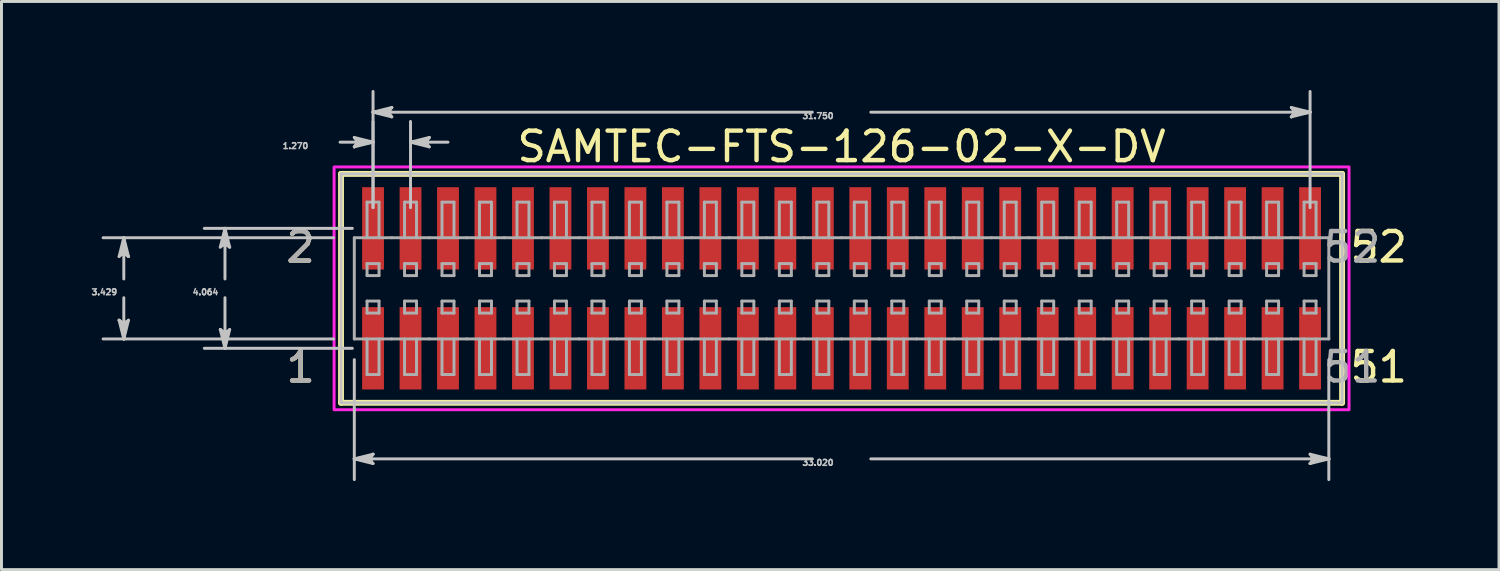
<source format=kicad_pcb>
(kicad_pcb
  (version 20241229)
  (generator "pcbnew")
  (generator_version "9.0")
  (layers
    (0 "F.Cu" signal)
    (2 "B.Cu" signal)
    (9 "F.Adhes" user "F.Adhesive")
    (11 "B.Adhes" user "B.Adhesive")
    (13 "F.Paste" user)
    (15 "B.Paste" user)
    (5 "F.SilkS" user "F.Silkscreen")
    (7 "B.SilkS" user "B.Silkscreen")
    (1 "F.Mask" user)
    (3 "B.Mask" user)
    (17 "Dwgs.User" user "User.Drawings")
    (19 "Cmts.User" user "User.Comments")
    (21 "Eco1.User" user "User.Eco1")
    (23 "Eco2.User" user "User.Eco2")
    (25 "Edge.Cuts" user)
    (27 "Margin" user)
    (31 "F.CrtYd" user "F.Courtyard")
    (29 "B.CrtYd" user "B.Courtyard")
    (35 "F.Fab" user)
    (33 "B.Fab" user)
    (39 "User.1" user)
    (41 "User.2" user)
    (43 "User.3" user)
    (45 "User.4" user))
  (footprint "SAMTEC-FTS-126-02-X-DV"
    (layer "F.Cu")
    (at 25.465 6.72)
    (property "Reference" "SAMTEC-FTS-126-02-X-DV" (at 0 -4.8 0) (layer "F.SilkS") (effects (font (size 1 1) (thickness 0.15))))
    (attr smd)
    (fp_poly (pts (xy -16.296 -3.478) (xy -15.454 -3.478) (xy -15.454 -0.586) (xy -16.296 -0.586)) (stroke (width 0.01) (type solid)) (fill yes) (layer "F.Mask"))
    (fp_poly (pts (xy -16.296 0.586) (xy -15.454 0.586) (xy -15.454 3.478) (xy -16.296 3.478)) (stroke (width 0.01) (type solid)) (fill yes) (layer "F.Mask"))
    (fp_poly (pts (xy -15.026 -3.478) (xy -14.184 -3.478) (xy -14.184 -0.586) (xy -15.026 -0.586)) (stroke (width 0.01) (type solid)) (fill yes) (layer "F.Mask"))
    (fp_poly (pts (xy -15.026 0.586) (xy -14.184 0.586) (xy -14.184 3.478) (xy -15.026 3.478)) (stroke (width 0.01) (type solid)) (fill yes) (layer "F.Mask"))
    (fp_poly (pts (xy -13.756 -3.478) (xy -12.914 -3.478) (xy -12.914 -0.586) (xy -13.756 -0.586)) (stroke (width 0.01) (type solid)) (fill yes) (layer "F.Mask"))
    (fp_poly (pts (xy -13.756 0.586) (xy -12.914 0.586) (xy -12.914 3.478) (xy -13.756 3.478)) (stroke (width 0.01) (type solid)) (fill yes) (layer "F.Mask"))
    (fp_poly (pts (xy -12.486 -3.478) (xy -11.644 -3.478) (xy -11.644 -0.586) (xy -12.486 -0.586)) (stroke (width 0.01) (type solid)) (fill yes) (layer "F.Mask"))
    (fp_poly (pts (xy -12.486 0.586) (xy -11.644 0.586) (xy -11.644 3.478) (xy -12.486 3.478)) (stroke (width 0.01) (type solid)) (fill yes) (layer "F.Mask"))
    (fp_poly (pts (xy -11.216 -3.478) (xy -10.374 -3.478) (xy -10.374 -0.586) (xy -11.216 -0.586)) (stroke (width 0.01) (type solid)) (fill yes) (layer "F.Mask"))
    (fp_poly (pts (xy -11.216 0.586) (xy -10.374 0.586) (xy -10.374 3.478) (xy -11.216 3.478)) (stroke (width 0.01) (type solid)) (fill yes) (layer "F.Mask"))
    (fp_poly (pts (xy -9.946 -3.478) (xy -9.104 -3.478) (xy -9.104 -0.586) (xy -9.946 -0.586)) (stroke (width 0.01) (type solid)) (fill yes) (layer "F.Mask"))
    (fp_poly (pts (xy -9.946 0.586) (xy -9.104 0.586) (xy -9.104 3.478) (xy -9.946 3.478)) (stroke (width 0.01) (type solid)) (fill yes) (layer "F.Mask"))
    (fp_poly (pts (xy -8.676 -3.478) (xy -7.834 -3.478) (xy -7.834 -0.586) (xy -8.676 -0.586)) (stroke (width 0.01) (type solid)) (fill yes) (layer "F.Mask"))
    (fp_poly (pts (xy -8.676 0.586) (xy -7.834 0.586) (xy -7.834 3.478) (xy -8.676 3.478)) (stroke (width 0.01) (type solid)) (fill yes) (layer "F.Mask"))
    (fp_poly (pts (xy -7.406 -3.478) (xy -6.564 -3.478) (xy -6.564 -0.586) (xy -7.406 -0.586)) (stroke (width 0.01) (type solid)) (fill yes) (layer "F.Mask"))
    (fp_poly (pts (xy -7.406 0.586) (xy -6.564 0.586) (xy -6.564 3.478) (xy -7.406 3.478)) (stroke (width 0.01) (type solid)) (fill yes) (layer "F.Mask"))
    (fp_poly (pts (xy -6.136 -3.478) (xy -5.294 -3.478) (xy -5.294 -0.586) (xy -6.136 -0.586)) (stroke (width 0.01) (type solid)) (fill yes) (layer "F.Mask"))
    (fp_poly (pts (xy -6.136 0.586) (xy -5.294 0.586) (xy -5.294 3.478) (xy -6.136 3.478)) (stroke (width 0.01) (type solid)) (fill yes) (layer "F.Mask"))
    (fp_poly (pts (xy -4.866 -3.478) (xy -4.024 -3.478) (xy -4.024 -0.586) (xy -4.866 -0.586)) (stroke (width 0.01) (type solid)) (fill yes) (layer "F.Mask"))
    (fp_poly (pts (xy -4.866 0.586) (xy -4.024 0.586) (xy -4.024 3.478) (xy -4.866 3.478)) (stroke (width 0.01) (type solid)) (fill yes) (layer "F.Mask"))
    (fp_poly (pts (xy -3.596 -3.478) (xy -2.754 -3.478) (xy -2.754 -0.586) (xy -3.596 -0.586)) (stroke (width 0.01) (type solid)) (fill yes) (layer "F.Mask"))
    (fp_poly (pts (xy -3.596 0.586) (xy -2.754 0.586) (xy -2.754 3.478) (xy -3.596 3.478)) (stroke (width 0.01) (type solid)) (fill yes) (layer "F.Mask"))
    (fp_poly (pts (xy -2.326 -3.478) (xy -1.484 -3.478) (xy -1.484 -0.586) (xy -2.326 -0.586)) (stroke (width 0.01) (type solid)) (fill yes) (layer "F.Mask"))
    (fp_poly (pts (xy -2.326 0.586) (xy -1.484 0.586) (xy -1.484 3.478) (xy -2.326 3.478)) (stroke (width 0.01) (type solid)) (fill yes) (layer "F.Mask"))
    (fp_poly (pts (xy -1.056 -3.478) (xy -0.214 -3.478) (xy -0.214 -0.586) (xy -1.056 -0.586)) (stroke (width 0.01) (type solid)) (fill yes) (layer "F.Mask"))
    (fp_poly (pts (xy -1.056 0.586) (xy -0.214 0.586) (xy -0.214 3.478) (xy -1.056 3.478)) (stroke (width 0.01) (type solid)) (fill yes) (layer "F.Mask"))
    (fp_poly (pts (xy 0.214 -3.478) (xy 1.056 -3.478) (xy 1.056 -0.586) (xy 0.214 -0.586)) (stroke (width 0.01) (type solid)) (fill yes) (layer "F.Mask"))
    (fp_poly (pts (xy 0.214 0.586) (xy 1.056 0.586) (xy 1.056 3.478) (xy 0.214 3.478)) (stroke (width 0.01) (type solid)) (fill yes) (layer "F.Mask"))
    (fp_poly (pts (xy 1.484 -3.478) (xy 2.326 -3.478) (xy 2.326 -0.586) (xy 1.484 -0.586)) (stroke (width 0.01) (type solid)) (fill yes) (layer "F.Mask"))
    (fp_poly (pts (xy 1.484 0.586) (xy 2.326 0.586) (xy 2.326 3.478) (xy 1.484 3.478)) (stroke (width 0.01) (type solid)) (fill yes) (layer "F.Mask"))
    (fp_poly (pts (xy 2.754 -3.478) (xy 3.596 -3.478) (xy 3.596 -0.586) (xy 2.754 -0.586)) (stroke (width 0.01) (type solid)) (fill yes) (layer "F.Mask"))
    (fp_poly (pts (xy 2.754 0.586) (xy 3.596 0.586) (xy 3.596 3.478) (xy 2.754 3.478)) (stroke (width 0.01) (type solid)) (fill yes) (layer "F.Mask"))
    (fp_poly (pts (xy 4.024 -3.478) (xy 4.866 -3.478) (xy 4.866 -0.586) (xy 4.024 -0.586)) (stroke (width 0.01) (type solid)) (fill yes) (layer "F.Mask"))
    (fp_poly (pts (xy 4.024 0.586) (xy 4.866 0.586) (xy 4.866 3.478) (xy 4.024 3.478)) (stroke (width 0.01) (type solid)) (fill yes) (layer "F.Mask"))
    (fp_poly (pts (xy 5.294 -3.478) (xy 6.136 -3.478) (xy 6.136 -0.586) (xy 5.294 -0.586)) (stroke (width 0.01) (type solid)) (fill yes) (layer "F.Mask"))
    (fp_poly (pts (xy 5.294 0.586) (xy 6.136 0.586) (xy 6.136 3.478) (xy 5.294 3.478)) (stroke (width 0.01) (type solid)) (fill yes) (layer "F.Mask"))
    (fp_poly (pts (xy 6.564 -3.478) (xy 7.406 -3.478) (xy 7.406 -0.586) (xy 6.564 -0.586)) (stroke (width 0.01) (type solid)) (fill yes) (layer "F.Mask"))
    (fp_poly (pts (xy 6.564 0.586) (xy 7.406 0.586) (xy 7.406 3.478) (xy 6.564 3.478)) (stroke (width 0.01) (type solid)) (fill yes) (layer "F.Mask"))
    (fp_poly (pts (xy 7.834 -3.478) (xy 8.676 -3.478) (xy 8.676 -0.586) (xy 7.834 -0.586)) (stroke (width 0.01) (type solid)) (fill yes) (layer "F.Mask"))
    (fp_poly (pts (xy 7.834 0.586) (xy 8.676 0.586) (xy 8.676 3.478) (xy 7.834 3.478)) (stroke (width 0.01) (type solid)) (fill yes) (layer "F.Mask"))
    (fp_poly (pts (xy 9.104 -3.478) (xy 9.946 -3.478) (xy 9.946 -0.586) (xy 9.104 -0.586)) (stroke (width 0.01) (type solid)) (fill yes) (layer "F.Mask"))
    (fp_poly (pts (xy 9.104 0.586) (xy 9.946 0.586) (xy 9.946 3.478) (xy 9.104 3.478)) (stroke (width 0.01) (type solid)) (fill yes) (layer "F.Mask"))
    (fp_poly (pts (xy 10.374 -3.478) (xy 11.216 -3.478) (xy 11.216 -0.586) (xy 10.374 -0.586)) (stroke (width 0.01) (type solid)) (fill yes) (layer "F.Mask"))
    (fp_poly (pts (xy 10.374 0.586) (xy 11.216 0.586) (xy 11.216 3.478) (xy 10.374 3.478)) (stroke (width 0.01) (type solid)) (fill yes) (layer "F.Mask"))
    (fp_poly (pts (xy 11.644 -3.478) (xy 12.486 -3.478) (xy 12.486 -0.586) (xy 11.644 -0.586)) (stroke (width 0.01) (type solid)) (fill yes) (layer "F.Mask"))
    (fp_poly (pts (xy 11.644 0.586) (xy 12.486 0.586) (xy 12.486 3.478) (xy 11.644 3.478)) (stroke (width 0.01) (type solid)) (fill yes) (layer "F.Mask"))
    (fp_poly (pts (xy 12.914 -3.478) (xy 13.756 -3.478) (xy 13.756 -0.586) (xy 12.914 -0.586)) (stroke (width 0.01) (type solid)) (fill yes) (layer "F.Mask"))
    (fp_poly (pts (xy 12.914 0.586) (xy 13.756 0.586) (xy 13.756 3.478) (xy 12.914 3.478)) (stroke (width 0.01) (type solid)) (fill yes) (layer "F.Mask"))
    (fp_poly (pts (xy 14.184 -3.478) (xy 15.026 -3.478) (xy 15.026 -0.586) (xy 14.184 -0.586)) (stroke (width 0.01) (type solid)) (fill yes) (layer "F.Mask"))
    (fp_poly (pts (xy 14.184 0.586) (xy 15.026 0.586) (xy 15.026 3.478) (xy 14.184 3.478)) (stroke (width 0.01) (type solid)) (fill yes) (layer "F.Mask"))
    (fp_poly (pts (xy 15.454 -3.478) (xy 16.296 -3.478) (xy 16.296 -0.586) (xy 15.454 -0.586)) (stroke (width 0.01) (type solid)) (fill yes) (layer "F.Mask"))
    (fp_poly (pts (xy 15.454 0.586) (xy 16.296 0.586) (xy 16.296 3.478) (xy 15.454 3.478)) (stroke (width 0.01) (type solid)) (fill yes) (layer "F.Mask"))
    (fp_line (start -16.96 -3.878) (end -16.96 3.878) (stroke (width 0.2) (type solid)) (layer "F.SilkS"))
    (fp_line (start -16.96 3.878) (end 16.96 3.878) (stroke (width 0.2) (type solid)) (layer "F.SilkS"))
    (fp_line (start 16.96 -3.878) (end -16.96 -3.878) (stroke (width 0.2) (type solid)) (layer "F.SilkS"))
    (fp_line (start 16.96 3.878) (end 16.96 -3.878) (stroke (width 0.2) (type solid)) (layer "F.SilkS"))
    (fp_poly (pts (xy -16.245 -3.427) (xy -15.505 -3.427) (xy -15.505 -0.637) (xy -16.245 -0.637)) (stroke (width 0.01) (type solid)) (fill yes) (layer "F.Paste"))
    (fp_poly (pts (xy -16.245 0.637) (xy -15.505 0.637) (xy -15.505 3.427) (xy -16.245 3.427)) (stroke (width 0.01) (type solid)) (fill yes) (layer "F.Paste"))
    (fp_poly (pts (xy -14.975 -3.427) (xy -14.235 -3.427) (xy -14.235 -0.637) (xy -14.975 -0.637)) (stroke (width 0.01) (type solid)) (fill yes) (layer "F.Paste"))
    (fp_poly (pts (xy -14.975 0.637) (xy -14.235 0.637) (xy -14.235 3.427) (xy -14.975 3.427)) (stroke (width 0.01) (type solid)) (fill yes) (layer "F.Paste"))
    (fp_poly (pts (xy -13.705 -3.427) (xy -12.965 -3.427) (xy -12.965 -0.637) (xy -13.705 -0.637)) (stroke (width 0.01) (type solid)) (fill yes) (layer "F.Paste"))
    (fp_poly (pts (xy -13.705 0.637) (xy -12.965 0.637) (xy -12.965 3.427) (xy -13.705 3.427)) (stroke (width 0.01) (type solid)) (fill yes) (layer "F.Paste"))
    (fp_poly (pts (xy -12.435 -3.427) (xy -11.695 -3.427) (xy -11.695 -0.637) (xy -12.435 -0.637)) (stroke (width 0.01) (type solid)) (fill yes) (layer "F.Paste"))
    (fp_poly (pts (xy -12.435 0.637) (xy -11.695 0.637) (xy -11.695 3.427) (xy -12.435 3.427)) (stroke (width 0.01) (type solid)) (fill yes) (layer "F.Paste"))
    (fp_poly (pts (xy -11.165 -3.427) (xy -10.425 -3.427) (xy -10.425 -0.637) (xy -11.165 -0.637)) (stroke (width 0.01) (type solid)) (fill yes) (layer "F.Paste"))
    (fp_poly (pts (xy -11.165 0.637) (xy -10.425 0.637) (xy -10.425 3.427) (xy -11.165 3.427)) (stroke (width 0.01) (type solid)) (fill yes) (layer "F.Paste"))
    (fp_poly (pts (xy -9.895 -3.427) (xy -9.155 -3.427) (xy -9.155 -0.637) (xy -9.895 -0.637)) (stroke (width 0.01) (type solid)) (fill yes) (layer "F.Paste"))
    (fp_poly (pts (xy -9.895 0.637) (xy -9.155 0.637) (xy -9.155 3.427) (xy -9.895 3.427)) (stroke (width 0.01) (type solid)) (fill yes) (layer "F.Paste"))
    (fp_poly (pts (xy -8.625 -3.427) (xy -7.885 -3.427) (xy -7.885 -0.637) (xy -8.625 -0.637)) (stroke (width 0.01) (type solid)) (fill yes) (layer "F.Paste"))
    (fp_poly (pts (xy -8.625 0.637) (xy -7.885 0.637) (xy -7.885 3.427) (xy -8.625 3.427)) (stroke (width 0.01) (type solid)) (fill yes) (layer "F.Paste"))
    (fp_poly (pts (xy -7.355 -3.427) (xy -6.615 -3.427) (xy -6.615 -0.637) (xy -7.355 -0.637)) (stroke (width 0.01) (type solid)) (fill yes) (layer "F.Paste"))
    (fp_poly (pts (xy -7.355 0.637) (xy -6.615 0.637) (xy -6.615 3.427) (xy -7.355 3.427)) (stroke (width 0.01) (type solid)) (fill yes) (layer "F.Paste"))
    (fp_poly (pts (xy -6.085 -3.427) (xy -5.345 -3.427) (xy -5.345 -0.637) (xy -6.085 -0.637)) (stroke (width 0.01) (type solid)) (fill yes) (layer "F.Paste"))
    (fp_poly (pts (xy -6.085 0.637) (xy -5.345 0.637) (xy -5.345 3.427) (xy -6.085 3.427)) (stroke (width 0.01) (type solid)) (fill yes) (layer "F.Paste"))
    (fp_poly (pts (xy -4.815 -3.427) (xy -4.075 -3.427) (xy -4.075 -0.637) (xy -4.815 -0.637)) (stroke (width 0.01) (type solid)) (fill yes) (layer "F.Paste"))
    (fp_poly (pts (xy -4.815 0.637) (xy -4.075 0.637) (xy -4.075 3.427) (xy -4.815 3.427)) (stroke (width 0.01) (type solid)) (fill yes) (layer "F.Paste"))
    (fp_poly (pts (xy -3.545 -3.427) (xy -2.805 -3.427) (xy -2.805 -0.637) (xy -3.545 -0.637)) (stroke (width 0.01) (type solid)) (fill yes) (layer "F.Paste"))
    (fp_poly (pts (xy -3.545 0.637) (xy -2.805 0.637) (xy -2.805 3.427) (xy -3.545 3.427)) (stroke (width 0.01) (type solid)) (fill yes) (layer "F.Paste"))
    (fp_poly (pts (xy -2.275 -3.427) (xy -1.535 -3.427) (xy -1.535 -0.637) (xy -2.275 -0.637)) (stroke (width 0.01) (type solid)) (fill yes) (layer "F.Paste"))
    (fp_poly (pts (xy -2.275 0.637) (xy -1.535 0.637) (xy -1.535 3.427) (xy -2.275 3.427)) (stroke (width 0.01) (type solid)) (fill yes) (layer "F.Paste"))
    (fp_poly (pts (xy -1.005 -3.427) (xy -0.265 -3.427) (xy -0.265 -0.637) (xy -1.005 -0.637)) (stroke (width 0.01) (type solid)) (fill yes) (layer "F.Paste"))
    (fp_poly (pts (xy -1.005 0.637) (xy -0.265 0.637) (xy -0.265 3.427) (xy -1.005 3.427)) (stroke (width 0.01) (type solid)) (fill yes) (layer "F.Paste"))
    (fp_poly (pts (xy 0.265 -3.427) (xy 1.005 -3.427) (xy 1.005 -0.637) (xy 0.265 -0.637)) (stroke (width 0.01) (type solid)) (fill yes) (layer "F.Paste"))
    (fp_poly (pts (xy 0.265 0.637) (xy 1.005 0.637) (xy 1.005 3.427) (xy 0.265 3.427)) (stroke (width 0.01) (type solid)) (fill yes) (layer "F.Paste"))
    (fp_poly (pts (xy 1.535 -3.427) (xy 2.275 -3.427) (xy 2.275 -0.637) (xy 1.535 -0.637)) (stroke (width 0.01) (type solid)) (fill yes) (layer "F.Paste"))
    (fp_poly (pts (xy 1.535 0.637) (xy 2.275 0.637) (xy 2.275 3.427) (xy 1.535 3.427)) (stroke (width 0.01) (type solid)) (fill yes) (layer "F.Paste"))
    (fp_poly (pts (xy 2.805 -3.427) (xy 3.545 -3.427) (xy 3.545 -0.637) (xy 2.805 -0.637)) (stroke (width 0.01) (type solid)) (fill yes) (layer "F.Paste"))
    (fp_poly (pts (xy 2.805 0.637) (xy 3.545 0.637) (xy 3.545 3.427) (xy 2.805 3.427)) (stroke (width 0.01) (type solid)) (fill yes) (layer "F.Paste"))
    (fp_poly (pts (xy 4.075 -3.427) (xy 4.815 -3.427) (xy 4.815 -0.637) (xy 4.075 -0.637)) (stroke (width 0.01) (type solid)) (fill yes) (layer "F.Paste"))
    (fp_poly (pts (xy 4.075 0.637) (xy 4.815 0.637) (xy 4.815 3.427) (xy 4.075 3.427)) (stroke (width 0.01) (type solid)) (fill yes) (layer "F.Paste"))
    (fp_poly (pts (xy 5.345 -3.427) (xy 6.085 -3.427) (xy 6.085 -0.637) (xy 5.345 -0.637)) (stroke (width 0.01) (type solid)) (fill yes) (layer "F.Paste"))
    (fp_poly (pts (xy 5.345 0.637) (xy 6.085 0.637) (xy 6.085 3.427) (xy 5.345 3.427)) (stroke (width 0.01) (type solid)) (fill yes) (layer "F.Paste"))
    (fp_poly (pts (xy 6.615 -3.427) (xy 7.355 -3.427) (xy 7.355 -0.637) (xy 6.615 -0.637)) (stroke (width 0.01) (type solid)) (fill yes) (layer "F.Paste"))
    (fp_poly (pts (xy 6.615 0.637) (xy 7.355 0.637) (xy 7.355 3.427) (xy 6.615 3.427)) (stroke (width 0.01) (type solid)) (fill yes) (layer "F.Paste"))
    (fp_poly (pts (xy 7.885 -3.427) (xy 8.625 -3.427) (xy 8.625 -0.637) (xy 7.885 -0.637)) (stroke (width 0.01) (type solid)) (fill yes) (layer "F.Paste"))
    (fp_poly (pts (xy 7.885 0.637) (xy 8.625 0.637) (xy 8.625 3.427) (xy 7.885 3.427)) (stroke (width 0.01) (type solid)) (fill yes) (layer "F.Paste"))
    (fp_poly (pts (xy 9.155 -3.427) (xy 9.895 -3.427) (xy 9.895 -0.637) (xy 9.155 -0.637)) (stroke (width 0.01) (type solid)) (fill yes) (layer "F.Paste"))
    (fp_poly (pts (xy 9.155 0.637) (xy 9.895 0.637) (xy 9.895 3.427) (xy 9.155 3.427)) (stroke (width 0.01) (type solid)) (fill yes) (layer "F.Paste"))
    (fp_poly (pts (xy 10.425 -3.427) (xy 11.165 -3.427) (xy 11.165 -0.637) (xy 10.425 -0.637)) (stroke (width 0.01) (type solid)) (fill yes) (layer "F.Paste"))
    (fp_poly (pts (xy 10.425 0.637) (xy 11.165 0.637) (xy 11.165 3.427) (xy 10.425 3.427)) (stroke (width 0.01) (type solid)) (fill yes) (layer "F.Paste"))
    (fp_poly (pts (xy 11.695 -3.427) (xy 12.435 -3.427) (xy 12.435 -0.637) (xy 11.695 -0.637)) (stroke (width 0.01) (type solid)) (fill yes) (layer "F.Paste"))
    (fp_poly (pts (xy 11.695 0.637) (xy 12.435 0.637) (xy 12.435 3.427) (xy 11.695 3.427)) (stroke (width 0.01) (type solid)) (fill yes) (layer "F.Paste"))
    (fp_poly (pts (xy 12.965 -3.427) (xy 13.705 -3.427) (xy 13.705 -0.637) (xy 12.965 -0.637)) (stroke (width 0.01) (type solid)) (fill yes) (layer "F.Paste"))
    (fp_poly (pts (xy 12.965 0.637) (xy 13.705 0.637) (xy 13.705 3.427) (xy 12.965 3.427)) (stroke (width 0.01) (type solid)) (fill yes) (layer "F.Paste"))
    (fp_poly (pts (xy 14.235 -3.427) (xy 14.975 -3.427) (xy 14.975 -0.637) (xy 14.235 -0.637)) (stroke (width 0.01) (type solid)) (fill yes) (layer "F.Paste"))
    (fp_poly (pts (xy 14.235 0.637) (xy 14.975 0.637) (xy 14.975 3.427) (xy 14.235 3.427)) (stroke (width 0.01) (type solid)) (fill yes) (layer "F.Paste"))
    (fp_poly (pts (xy 15.505 -3.427) (xy 16.245 -3.427) (xy 16.245 -0.637) (xy 15.505 -0.637)) (stroke (width 0.01) (type solid)) (fill yes) (layer "F.Paste"))
    (fp_poly (pts (xy 15.505 0.637) (xy 16.245 0.637) (xy 16.245 3.427) (xy 15.505 3.427)) (stroke (width 0.01) (type solid)) (fill yes) (layer "F.Paste"))
    (fp_line (start -24.479 -1.08) (end -24.32 -1.206) (stroke (width 0.1) (type solid)) (layer "Dwgs.User"))
    (fp_line (start -24.479 1.08) (end -24.32 1.714) (stroke (width 0.1) (type solid)) (layer "Dwgs.User"))
    (fp_line (start -24.4 -1.143) (end -24.32 -1.206) (stroke (width 0.1) (type solid)) (layer "Dwgs.User"))
    (fp_line (start -24.4 1.143) (end -24.479 1.08) (stroke (width 0.1) (type solid)) (layer "Dwgs.User"))
    (fp_line (start -24.32 -1.714) (end -24.479 -1.08) (stroke (width 0.1) (type solid)) (layer "Dwgs.User"))
    (fp_line (start -24.32 -1.714) (end -24.4 -1.143) (stroke (width 0.1) (type solid)) (layer "Dwgs.User"))
    (fp_line (start -24.32 -1.714) (end -24.241 -1.143) (stroke (width 0.1) (type solid)) (layer "Dwgs.User"))
    (fp_line (start -24.32 -1.206) (end -24.32 -1.714) (stroke (width 0.1) (type solid)) (layer "Dwgs.User"))
    (fp_line (start -24.32 -1.206) (end -24.162 -1.08) (stroke (width 0.1) (type solid)) (layer "Dwgs.User"))
    (fp_line (start -24.32 -0.318) (end -24.32 -1.714) (stroke (width 0.1) (type solid)) (layer "Dwgs.User"))
    (fp_line (start -24.32 0.318) (end -24.32 1.714) (stroke (width 0.1) (type solid)) (layer "Dwgs.User"))
    (fp_line (start -24.32 1.206) (end -24.479 1.08) (stroke (width 0.1) (type solid)) (layer "Dwgs.User"))
    (fp_line (start -24.32 1.206) (end -24.32 1.714) (stroke (width 0.1) (type solid)) (layer "Dwgs.User"))
    (fp_line (start -24.32 1.714) (end -24.4 1.143) (stroke (width 0.1) (type solid)) (layer "Dwgs.User"))
    (fp_line (start -24.32 1.714) (end -24.241 1.143) (stroke (width 0.1) (type solid)) (layer "Dwgs.User"))
    (fp_line (start -24.32 1.714) (end -24.162 1.08) (stroke (width 0.1) (type solid)) (layer "Dwgs.User"))
    (fp_line (start -24.241 -1.143) (end -24.162 -1.08) (stroke (width 0.1) (type solid)) (layer "Dwgs.User"))
    (fp_line (start -24.241 1.143) (end -24.32 1.206) (stroke (width 0.1) (type solid)) (layer "Dwgs.User"))
    (fp_line (start -24.162 -1.08) (end -24.32 -1.714) (stroke (width 0.1) (type solid)) (layer "Dwgs.User"))
    (fp_line (start -24.162 1.08) (end -24.32 1.206) (stroke (width 0.1) (type solid)) (layer "Dwgs.User"))
    (fp_line (start -21.05 -1.397) (end -20.892 -1.524) (stroke (width 0.1) (type solid)) (layer "Dwgs.User"))
    (fp_line (start -21.05 1.397) (end -20.892 2.032) (stroke (width 0.1) (type solid)) (layer "Dwgs.User"))
    (fp_line (start -20.971 -1.46) (end -20.892 -1.524) (stroke (width 0.1) (type solid)) (layer "Dwgs.User"))
    (fp_line (start -20.971 1.46) (end -21.05 1.397) (stroke (width 0.1) (type solid)) (layer "Dwgs.User"))
    (fp_line (start -20.892 -2.032) (end -21.05 -1.397) (stroke (width 0.1) (type solid)) (layer "Dwgs.User"))
    (fp_line (start -20.892 -2.032) (end -20.971 -1.46) (stroke (width 0.1) (type solid)) (layer "Dwgs.User"))
    (fp_line (start -20.892 -2.032) (end -20.812 -1.46) (stroke (width 0.1) (type solid)) (layer "Dwgs.User"))
    (fp_line (start -20.892 -1.524) (end -20.892 -2.032) (stroke (width 0.1) (type solid)) (layer "Dwgs.User"))
    (fp_line (start -20.892 -1.524) (end -20.733 -1.397) (stroke (width 0.1) (type solid)) (layer "Dwgs.User"))
    (fp_line (start -20.892 -0.318) (end -20.892 -2.032) (stroke (width 0.1) (type solid)) (layer "Dwgs.User"))
    (fp_line (start -20.892 0.318) (end -20.892 2.032) (stroke (width 0.1) (type solid)) (layer "Dwgs.User"))
    (fp_line (start -20.892 1.524) (end -21.05 1.397) (stroke (width 0.1) (type solid)) (layer "Dwgs.User"))
    (fp_line (start -20.892 1.524) (end -20.892 2.032) (stroke (width 0.1) (type solid)) (layer "Dwgs.User"))
    (fp_line (start -20.892 2.032) (end -20.971 1.46) (stroke (width 0.1) (type solid)) (layer "Dwgs.User"))
    (fp_line (start -20.892 2.032) (end -20.812 1.46) (stroke (width 0.1) (type solid)) (layer "Dwgs.User"))
    (fp_line (start -20.892 2.032) (end -20.733 1.397) (stroke (width 0.1) (type solid)) (layer "Dwgs.User"))
    (fp_line (start -20.812 -1.46) (end -20.733 -1.397) (stroke (width 0.1) (type solid)) (layer "Dwgs.User"))
    (fp_line (start -20.812 1.46) (end -20.892 1.524) (stroke (width 0.1) (type solid)) (layer "Dwgs.User"))
    (fp_line (start -20.733 -1.397) (end -20.892 -2.032) (stroke (width 0.1) (type solid)) (layer "Dwgs.User"))
    (fp_line (start -20.733 1.397) (end -20.892 1.524) (stroke (width 0.1) (type solid)) (layer "Dwgs.User"))
    (fp_line (start -17.211 -1.714) (end -25.022 -1.714) (stroke (width 0.1) (type solid)) (layer "Dwgs.User"))
    (fp_line (start -17.211 1.714) (end -25.022 1.714) (stroke (width 0.1) (type solid)) (layer "Dwgs.User"))
    (fp_line (start -16.993 -4.953) (end -15.875 -4.953) (stroke (width 0.1) (type solid)) (layer "Dwgs.User"))
    (fp_line (start -16.96 -3.878) (end -16.96 3.878) (stroke (width 0.1) (type solid)) (layer "Dwgs.User"))
    (fp_line (start -16.96 3.878) (end 16.96 3.878) (stroke (width 0.1) (type solid)) (layer "Dwgs.User"))
    (fp_line (start -16.576 -2.032) (end -21.593 -2.032) (stroke (width 0.1) (type solid)) (layer "Dwgs.User"))
    (fp_line (start -16.576 2.032) (end -21.593 2.032) (stroke (width 0.1) (type solid)) (layer "Dwgs.User"))
    (fp_line (start -16.51 -5.112) (end -16.383 -4.953) (stroke (width 0.1) (type solid)) (layer "Dwgs.User"))
    (fp_line (start -16.51 -4.794) (end -15.875 -4.953) (stroke (width 0.1) (type solid)) (layer "Dwgs.User"))
    (fp_line (start -16.51 2.416) (end -16.51 6.48) (stroke (width 0.1) (type solid)) (layer "Dwgs.User"))
    (fp_line (start -16.51 5.778) (end -15.938 5.699) (stroke (width 0.1) (type solid)) (layer "Dwgs.User"))
    (fp_line (start -16.51 5.778) (end -15.938 5.858) (stroke (width 0.1) (type solid)) (layer "Dwgs.User"))
    (fp_line (start -16.51 5.778) (end -15.875 5.937) (stroke (width 0.1) (type solid)) (layer "Dwgs.User"))
    (fp_line (start -16.446 -5.032) (end -16.383 -4.953) (stroke (width 0.1) (type solid)) (layer "Dwgs.User"))
    (fp_line (start -16.446 -4.874) (end -16.51 -4.794) (stroke (width 0.1) (type solid)) (layer "Dwgs.User"))
    (fp_line (start -16.383 -4.953) (end -16.51 -4.794) (stroke (width 0.1) (type solid)) (layer "Dwgs.User"))
    (fp_line (start -16.383 -4.953) (end -15.875 -4.953) (stroke (width 0.1) (type solid)) (layer "Dwgs.User"))
    (fp_line (start -16.002 5.778) (end -16.51 5.778) (stroke (width 0.1) (type solid)) (layer "Dwgs.User"))
    (fp_line (start -16.002 5.778) (end -15.875 5.62) (stroke (width 0.1) (type solid)) (layer "Dwgs.User"))
    (fp_line (start -15.938 5.699) (end -15.875 5.62) (stroke (width 0.1) (type solid)) (layer "Dwgs.User"))
    (fp_line (start -15.938 5.858) (end -16.002 5.778) (stroke (width 0.1) (type solid)) (layer "Dwgs.User"))
    (fp_line (start -15.875 -5.969) (end -15.304 -6.048) (stroke (width 0.1) (type solid)) (layer "Dwgs.User"))
    (fp_line (start -15.875 -5.969) (end -15.304 -5.89) (stroke (width 0.1) (type solid)) (layer "Dwgs.User"))
    (fp_line (start -15.875 -5.969) (end -15.24 -5.81) (stroke (width 0.1) (type solid)) (layer "Dwgs.User"))
    (fp_line (start -15.875 -4.953) (end -16.51 -5.112) (stroke (width 0.1) (type solid)) (layer "Dwgs.User"))
    (fp_line (start -15.875 -4.953) (end -16.446 -5.032) (stroke (width 0.1) (type solid)) (layer "Dwgs.User"))
    (fp_line (start -15.875 -4.953) (end -16.446 -4.874) (stroke (width 0.1) (type solid)) (layer "Dwgs.User"))
    (fp_line (start -15.875 -2.733) (end -15.875 -6.67) (stroke (width 0.1) (type solid)) (layer "Dwgs.User"))
    (fp_line (start -15.875 -2.733) (end -15.875 -5.654) (stroke (width 0.1) (type solid)) (layer "Dwgs.User"))
    (fp_line (start -15.875 5.62) (end -16.51 5.778) (stroke (width 0.1) (type solid)) (layer "Dwgs.User"))
    (fp_line (start -15.875 5.937) (end -16.002 5.778) (stroke (width 0.1) (type solid)) (layer "Dwgs.User"))
    (fp_line (start -15.367 -5.969) (end -15.875 -5.969) (stroke (width 0.1) (type solid)) (layer "Dwgs.User"))
    (fp_line (start -15.367 -5.969) (end -15.24 -6.128) (stroke (width 0.1) (type solid)) (layer "Dwgs.User"))
    (fp_line (start -15.304 -6.048) (end -15.24 -6.128) (stroke (width 0.1) (type solid)) (layer "Dwgs.User"))
    (fp_line (start -15.304 -5.89) (end -15.367 -5.969) (stroke (width 0.1) (type solid)) (layer "Dwgs.User"))
    (fp_line (start -15.24 -6.128) (end -15.875 -5.969) (stroke (width 0.1) (type solid)) (layer "Dwgs.User"))
    (fp_line (start -15.24 -5.81) (end -15.367 -5.969) (stroke (width 0.1) (type solid)) (layer "Dwgs.User"))
    (fp_line (start -14.605 -4.953) (end -14.034 -5.032) (stroke (width 0.1) (type solid)) (layer "Dwgs.User"))
    (fp_line (start -14.605 -4.953) (end -14.034 -4.874) (stroke (width 0.1) (type solid)) (layer "Dwgs.User"))
    (fp_line (start -14.605 -4.953) (end -13.97 -4.794) (stroke (width 0.1) (type solid)) (layer "Dwgs.User"))
    (fp_line (start -14.605 -2.733) (end -14.605 -5.654) (stroke (width 0.1) (type solid)) (layer "Dwgs.User"))
    (fp_line (start -14.097 -4.953) (end -14.605 -4.953) (stroke (width 0.1) (type solid)) (layer "Dwgs.User"))
    (fp_line (start -14.097 -4.953) (end -13.97 -5.112) (stroke (width 0.1) (type solid)) (layer "Dwgs.User"))
    (fp_line (start -14.034 -5.032) (end -13.97 -5.112) (stroke (width 0.1) (type solid)) (layer "Dwgs.User"))
    (fp_line (start -14.034 -4.874) (end -14.097 -4.953) (stroke (width 0.1) (type solid)) (layer "Dwgs.User"))
    (fp_line (start -13.97 -5.112) (end -14.605 -4.953) (stroke (width 0.1) (type solid)) (layer "Dwgs.User"))
    (fp_line (start -13.97 -4.794) (end -14.097 -4.953) (stroke (width 0.1) (type solid)) (layer "Dwgs.User"))
    (fp_line (start -13.335 -4.953) (end -14.605 -4.953) (stroke (width 0.1) (type solid)) (layer "Dwgs.User"))
    (fp_line (start -0.991 -5.969) (end -15.875 -5.969) (stroke (width 0.1) (type solid)) (layer "Dwgs.User"))
    (fp_line (start -0.991 5.778) (end -16.51 5.778) (stroke (width 0.1) (type solid)) (layer "Dwgs.User"))
    (fp_line (start 0.991 -5.969) (end 15.875 -5.969) (stroke (width 0.1) (type solid)) (layer "Dwgs.User"))
    (fp_line (start 0.991 5.778) (end 16.51 5.778) (stroke (width 0.1) (type solid)) (layer "Dwgs.User"))
    (fp_line (start 15.24 -6.128) (end 15.367 -5.969) (stroke (width 0.1) (type solid)) (layer "Dwgs.User"))
    (fp_line (start 15.24 -5.81) (end 15.875 -5.969) (stroke (width 0.1) (type solid)) (layer "Dwgs.User"))
    (fp_line (start 15.304 -6.048) (end 15.367 -5.969) (stroke (width 0.1) (type solid)) (layer "Dwgs.User"))
    (fp_line (start 15.304 -5.89) (end 15.24 -5.81) (stroke (width 0.1) (type solid)) (layer "Dwgs.User"))
    (fp_line (start 15.367 -5.969) (end 15.24 -5.81) (stroke (width 0.1) (type solid)) (layer "Dwgs.User"))
    (fp_line (start 15.367 -5.969) (end 15.875 -5.969) (stroke (width 0.1) (type solid)) (layer "Dwgs.User"))
    (fp_line (start 15.875 -5.969) (end 15.24 -6.128) (stroke (width 0.1) (type solid)) (layer "Dwgs.User"))
    (fp_line (start 15.875 -5.969) (end 15.304 -6.048) (stroke (width 0.1) (type solid)) (layer "Dwgs.User"))
    (fp_line (start 15.875 -5.969) (end 15.304 -5.89) (stroke (width 0.1) (type solid)) (layer "Dwgs.User"))
    (fp_line (start 15.875 -2.733) (end 15.875 -6.67) (stroke (width 0.1) (type solid)) (layer "Dwgs.User"))
    (fp_line (start 15.875 5.62) (end 16.002 5.778) (stroke (width 0.1) (type solid)) (layer "Dwgs.User"))
    (fp_line (start 15.875 5.937) (end 16.51 5.778) (stroke (width 0.1) (type solid)) (layer "Dwgs.User"))
    (fp_line (start 15.938 5.699) (end 16.002 5.778) (stroke (width 0.1) (type solid)) (layer "Dwgs.User"))
    (fp_line (start 15.938 5.858) (end 15.875 5.937) (stroke (width 0.1) (type solid)) (layer "Dwgs.User"))
    (fp_line (start 16.002 5.778) (end 15.875 5.937) (stroke (width 0.1) (type solid)) (layer "Dwgs.User"))
    (fp_line (start 16.002 5.778) (end 16.51 5.778) (stroke (width 0.1) (type solid)) (layer "Dwgs.User"))
    (fp_line (start 16.51 2.416) (end 16.51 6.48) (stroke (width 0.1) (type solid)) (layer "Dwgs.User"))
    (fp_line (start 16.51 5.778) (end 15.875 5.62) (stroke (width 0.1) (type solid)) (layer "Dwgs.User"))
    (fp_line (start 16.51 5.778) (end 15.938 5.699) (stroke (width 0.1) (type solid)) (layer "Dwgs.User"))
    (fp_line (start 16.51 5.778) (end 15.938 5.858) (stroke (width 0.1) (type solid)) (layer "Dwgs.User"))
    (fp_line (start 16.96 -3.878) (end -16.96 -3.878) (stroke (width 0.1) (type solid)) (layer "Dwgs.User"))
    (fp_line (start 16.96 3.878) (end 16.96 -3.878) (stroke (width 0.1) (type solid)) (layer "Dwgs.User"))
    (fp_poly (pts (xy -17.195 4.113) (xy -17.195 -4.113) (xy 17.195 -4.113) (xy 17.195 4.113) (xy -17.195 4.113)) (stroke (width 0.1) (type solid)) (fill no) (layer "F.CrtYd"))
    (fp_line (start -16.51 -1.714) (end -15.24 -1.714) (stroke (width 0.1) (type solid)) (layer "F.Fab"))
    (fp_line (start -16.51 1.714) (end -16.51 -1.714) (stroke (width 0.1) (type solid)) (layer "F.Fab"))
    (fp_line (start -16.078 -2.921) (end -15.672 -2.921) (stroke (width 0.1) (type solid)) (layer "F.Fab"))
    (fp_line (start -16.078 -1.714) (end -16.078 -2.921) (stroke (width 0.1) (type solid)) (layer "F.Fab"))
    (fp_line (start -16.078 -0.838) (end -15.672 -0.838) (stroke (width 0.1) (type solid)) (layer "F.Fab"))
    (fp_line (start -16.078 -0.432) (end -16.078 -0.838) (stroke (width 0.1) (type solid)) (layer "F.Fab"))
    (fp_line (start -16.078 0.432) (end -15.672 0.432) (stroke (width 0.1) (type solid)) (layer "F.Fab"))
    (fp_line (start -16.078 0.838) (end -16.078 0.432) (stroke (width 0.1) (type solid)) (layer "F.Fab"))
    (fp_line (start -16.078 1.714) (end -16.078 2.921) (stroke (width 0.1) (type solid)) (layer "F.Fab"))
    (fp_line (start -16.078 2.921) (end -15.672 2.921) (stroke (width 0.1) (type solid)) (layer "F.Fab"))
    (fp_line (start -15.672 -2.921) (end -15.672 -1.714) (stroke (width 0.1) (type solid)) (layer "F.Fab"))
    (fp_line (start -15.672 -0.838) (end -15.672 -0.432) (stroke (width 0.1) (type solid)) (layer "F.Fab"))
    (fp_line (start -15.672 -0.432) (end -16.078 -0.432) (stroke (width 0.1) (type solid)) (layer "F.Fab"))
    (fp_line (start -15.672 0.432) (end -15.672 0.838) (stroke (width 0.1) (type solid)) (layer "F.Fab"))
    (fp_line (start -15.672 0.838) (end -16.078 0.838) (stroke (width 0.1) (type solid)) (layer "F.Fab"))
    (fp_line (start -15.672 2.921) (end -15.672 1.714) (stroke (width 0.1) (type solid)) (layer "F.Fab"))
    (fp_line (start -15.24 1.714) (end -16.51 1.714) (stroke (width 0.1) (type solid)) (layer "F.Fab"))
    (fp_line (start -14.808 -2.921) (end -14.808 -1.714) (stroke (width 0.1) (type solid)) (layer "F.Fab"))
    (fp_line (start -14.808 -0.838) (end -14.808 -0.432) (stroke (width 0.1) (type solid)) (layer "F.Fab"))
    (fp_line (start -14.808 -0.432) (end -14.402 -0.432) (stroke (width 0.1) (type solid)) (layer "F.Fab"))
    (fp_line (start -14.808 0.432) (end -14.808 0.838) (stroke (width 0.1) (type solid)) (layer "F.Fab"))
    (fp_line (start -14.808 0.838) (end -14.402 0.838) (stroke (width 0.1) (type solid)) (layer "F.Fab"))
    (fp_line (start -14.808 2.921) (end -14.808 1.714) (stroke (width 0.1) (type solid)) (layer "F.Fab"))
    (fp_line (start -14.402 -2.921) (end -14.808 -2.921) (stroke (width 0.1) (type solid)) (layer "F.Fab"))
    (fp_line (start -14.402 -1.714) (end -14.402 -2.921) (stroke (width 0.1) (type solid)) (layer "F.Fab"))
    (fp_line (start -14.402 -0.838) (end -14.808 -0.838) (stroke (width 0.1) (type solid)) (layer "F.Fab"))
    (fp_line (start -14.402 -0.432) (end -14.402 -0.838) (stroke (width 0.1) (type solid)) (layer "F.Fab"))
    (fp_line (start -14.402 0.432) (end -14.808 0.432) (stroke (width 0.1) (type solid)) (layer "F.Fab"))
    (fp_line (start -14.402 0.838) (end -14.402 0.432) (stroke (width 0.1) (type solid)) (layer "F.Fab"))
    (fp_line (start -14.402 1.714) (end -14.402 2.921) (stroke (width 0.1) (type solid)) (layer "F.Fab"))
    (fp_line (start -14.402 2.921) (end -14.808 2.921) (stroke (width 0.1) (type solid)) (layer "F.Fab"))
    (fp_line (start -13.97 -1.714) (end -15.24 -1.714) (stroke (width 0.1) (type solid)) (layer "F.Fab"))
    (fp_line (start -13.97 1.714) (end -15.24 1.714) (stroke (width 0.1) (type solid)) (layer "F.Fab"))
    (fp_line (start -13.538 -2.921) (end -13.538 -1.714) (stroke (width 0.1) (type solid)) (layer "F.Fab"))
    (fp_line (start -13.538 -0.838) (end -13.538 -0.432) (stroke (width 0.1) (type solid)) (layer "F.Fab"))
    (fp_line (start -13.538 -0.432) (end -13.132 -0.432) (stroke (width 0.1) (type solid)) (layer "F.Fab"))
    (fp_line (start -13.538 0.432) (end -13.538 0.838) (stroke (width 0.1) (type solid)) (layer "F.Fab"))
    (fp_line (start -13.538 0.838) (end -13.132 0.838) (stroke (width 0.1) (type solid)) (layer "F.Fab"))
    (fp_line (start -13.538 2.921) (end -13.538 1.714) (stroke (width 0.1) (type solid)) (layer "F.Fab"))
    (fp_line (start -13.132 -2.921) (end -13.538 -2.921) (stroke (width 0.1) (type solid)) (layer "F.Fab"))
    (fp_line (start -13.132 -1.714) (end -13.132 -2.921) (stroke (width 0.1) (type solid)) (layer "F.Fab"))
    (fp_line (start -13.132 -0.838) (end -13.538 -0.838) (stroke (width 0.1) (type solid)) (layer "F.Fab"))
    (fp_line (start -13.132 -0.432) (end -13.132 -0.838) (stroke (width 0.1) (type solid)) (layer "F.Fab"))
    (fp_line (start -13.132 0.432) (end -13.538 0.432) (stroke (width 0.1) (type solid)) (layer "F.Fab"))
    (fp_line (start -13.132 0.838) (end -13.132 0.432) (stroke (width 0.1) (type solid)) (layer "F.Fab"))
    (fp_line (start -13.132 1.714) (end -13.132 2.921) (stroke (width 0.1) (type solid)) (layer "F.Fab"))
    (fp_line (start -13.132 2.921) (end -13.538 2.921) (stroke (width 0.1) (type solid)) (layer "F.Fab"))
    (fp_line (start -12.7 -1.714) (end -13.97 -1.714) (stroke (width 0.1) (type solid)) (layer "F.Fab"))
    (fp_line (start -12.7 1.714) (end -13.97 1.714) (stroke (width 0.1) (type solid)) (layer "F.Fab"))
    (fp_line (start -12.268 -2.921) (end -12.268 -1.714) (stroke (width 0.1) (type solid)) (layer "F.Fab"))
    (fp_line (start -12.268 -0.838) (end -12.268 -0.432) (stroke (width 0.1) (type solid)) (layer "F.Fab"))
    (fp_line (start -12.268 -0.432) (end -11.862 -0.432) (stroke (width 0.1) (type solid)) (layer "F.Fab"))
    (fp_line (start -12.268 0.432) (end -12.268 0.838) (stroke (width 0.1) (type solid)) (layer "F.Fab"))
    (fp_line (start -12.268 0.838) (end -11.862 0.838) (stroke (width 0.1) (type solid)) (layer "F.Fab"))
    (fp_line (start -12.268 2.921) (end -12.268 1.714) (stroke (width 0.1) (type solid)) (layer "F.Fab"))
    (fp_line (start -11.862 -2.921) (end -12.268 -2.921) (stroke (width 0.1) (type solid)) (layer "F.Fab"))
    (fp_line (start -11.862 -1.714) (end -11.862 -2.921) (stroke (width 0.1) (type solid)) (layer "F.Fab"))
    (fp_line (start -11.862 -0.838) (end -12.268 -0.838) (stroke (width 0.1) (type solid)) (layer "F.Fab"))
    (fp_line (start -11.862 -0.432) (end -11.862 -0.838) (stroke (width 0.1) (type solid)) (layer "F.Fab"))
    (fp_line (start -11.862 0.432) (end -12.268 0.432) (stroke (width 0.1) (type solid)) (layer "F.Fab"))
    (fp_line (start -11.862 0.838) (end -11.862 0.432) (stroke (width 0.1) (type solid)) (layer "F.Fab"))
    (fp_line (start -11.862 1.714) (end -11.862 2.921) (stroke (width 0.1) (type solid)) (layer "F.Fab"))
    (fp_line (start -11.862 2.921) (end -12.268 2.921) (stroke (width 0.1) (type solid)) (layer "F.Fab"))
    (fp_line (start -11.43 -1.714) (end -12.7 -1.714) (stroke (width 0.1) (type solid)) (layer "F.Fab"))
    (fp_line (start -11.43 1.714) (end -12.7 1.714) (stroke (width 0.1) (type solid)) (layer "F.Fab"))
    (fp_line (start -10.998 -2.921) (end -10.998 -1.714) (stroke (width 0.1) (type solid)) (layer "F.Fab"))
    (fp_line (start -10.998 -0.838) (end -10.998 -0.432) (stroke (width 0.1) (type solid)) (layer "F.Fab"))
    (fp_line (start -10.998 -0.432) (end -10.592 -0.432) (stroke (width 0.1) (type solid)) (layer "F.Fab"))
    (fp_line (start -10.998 0.432) (end -10.998 0.838) (stroke (width 0.1) (type solid)) (layer "F.Fab"))
    (fp_line (start -10.998 0.838) (end -10.592 0.838) (stroke (width 0.1) (type solid)) (layer "F.Fab"))
    (fp_line (start -10.998 2.921) (end -10.998 1.714) (stroke (width 0.1) (type solid)) (layer "F.Fab"))
    (fp_line (start -10.592 -2.921) (end -10.998 -2.921) (stroke (width 0.1) (type solid)) (layer "F.Fab"))
    (fp_line (start -10.592 -1.714) (end -10.592 -2.921) (stroke (width 0.1) (type solid)) (layer "F.Fab"))
    (fp_line (start -10.592 -0.838) (end -10.998 -0.838) (stroke (width 0.1) (type solid)) (layer "F.Fab"))
    (fp_line (start -10.592 -0.432) (end -10.592 -0.838) (stroke (width 0.1) (type solid)) (layer "F.Fab"))
    (fp_line (start -10.592 0.432) (end -10.998 0.432) (stroke (width 0.1) (type solid)) (layer "F.Fab"))
    (fp_line (start -10.592 0.838) (end -10.592 0.432) (stroke (width 0.1) (type solid)) (layer "F.Fab"))
    (fp_line (start -10.592 1.714) (end -10.592 2.921) (stroke (width 0.1) (type solid)) (layer "F.Fab"))
    (fp_line (start -10.592 2.921) (end -10.998 2.921) (stroke (width 0.1) (type solid)) (layer "F.Fab"))
    (fp_line (start -10.16 -1.714) (end -11.43 -1.714) (stroke (width 0.1) (type solid)) (layer "F.Fab"))
    (fp_line (start -10.16 1.714) (end -11.43 1.714) (stroke (width 0.1) (type solid)) (layer "F.Fab"))
    (fp_line (start -9.728 -2.921) (end -9.728 -1.714) (stroke (width 0.1) (type solid)) (layer "F.Fab"))
    (fp_line (start -9.728 -0.838) (end -9.728 -0.432) (stroke (width 0.1) (type solid)) (layer "F.Fab"))
    (fp_line (start -9.728 -0.432) (end -9.322 -0.432) (stroke (width 0.1) (type solid)) (layer "F.Fab"))
    (fp_line (start -9.728 0.432) (end -9.728 0.838) (stroke (width 0.1) (type solid)) (layer "F.Fab"))
    (fp_line (start -9.728 0.838) (end -9.322 0.838) (stroke (width 0.1) (type solid)) (layer "F.Fab"))
    (fp_line (start -9.728 2.921) (end -9.728 1.714) (stroke (width 0.1) (type solid)) (layer "F.Fab"))
    (fp_line (start -9.322 -2.921) (end -9.728 -2.921) (stroke (width 0.1) (type solid)) (layer "F.Fab"))
    (fp_line (start -9.322 -1.714) (end -9.322 -2.921) (stroke (width 0.1) (type solid)) (layer "F.Fab"))
    (fp_line (start -9.322 -0.838) (end -9.728 -0.838) (stroke (width 0.1) (type solid)) (layer "F.Fab"))
    (fp_line (start -9.322 -0.432) (end -9.322 -0.838) (stroke (width 0.1) (type solid)) (layer "F.Fab"))
    (fp_line (start -9.322 0.432) (end -9.728 0.432) (stroke (width 0.1) (type solid)) (layer "F.Fab"))
    (fp_line (start -9.322 0.838) (end -9.322 0.432) (stroke (width 0.1) (type solid)) (layer "F.Fab"))
    (fp_line (start -9.322 1.714) (end -9.322 2.921) (stroke (width 0.1) (type solid)) (layer "F.Fab"))
    (fp_line (start -9.322 2.921) (end -9.728 2.921) (stroke (width 0.1) (type solid)) (layer "F.Fab"))
    (fp_line (start -8.89 -1.714) (end -10.16 -1.714) (stroke (width 0.1) (type solid)) (layer "F.Fab"))
    (fp_line (start -8.89 1.714) (end -10.16 1.714) (stroke (width 0.1) (type solid)) (layer "F.Fab"))
    (fp_line (start -8.458 -2.921) (end -8.458 -1.714) (stroke (width 0.1) (type solid)) (layer "F.Fab"))
    (fp_line (start -8.458 -0.838) (end -8.458 -0.432) (stroke (width 0.1) (type solid)) (layer "F.Fab"))
    (fp_line (start -8.458 -0.432) (end -8.052 -0.432) (stroke (width 0.1) (type solid)) (layer "F.Fab"))
    (fp_line (start -8.458 0.432) (end -8.458 0.838) (stroke (width 0.1) (type solid)) (layer "F.Fab"))
    (fp_line (start -8.458 0.838) (end -8.052 0.838) (stroke (width 0.1) (type solid)) (layer "F.Fab"))
    (fp_line (start -8.458 2.921) (end -8.458 1.714) (stroke (width 0.1) (type solid)) (layer "F.Fab"))
    (fp_line (start -8.052 -2.921) (end -8.458 -2.921) (stroke (width 0.1) (type solid)) (layer "F.Fab"))
    (fp_line (start -8.052 -1.714) (end -8.052 -2.921) (stroke (width 0.1) (type solid)) (layer "F.Fab"))
    (fp_line (start -8.052 -0.838) (end -8.458 -0.838) (stroke (width 0.1) (type solid)) (layer "F.Fab"))
    (fp_line (start -8.052 -0.432) (end -8.052 -0.838) (stroke (width 0.1) (type solid)) (layer "F.Fab"))
    (fp_line (start -8.052 0.432) (end -8.458 0.432) (stroke (width 0.1) (type solid)) (layer "F.Fab"))
    (fp_line (start -8.052 0.838) (end -8.052 0.432) (stroke (width 0.1) (type solid)) (layer "F.Fab"))
    (fp_line (start -8.052 1.714) (end -8.052 2.921) (stroke (width 0.1) (type solid)) (layer "F.Fab"))
    (fp_line (start -8.052 2.921) (end -8.458 2.921) (stroke (width 0.1) (type solid)) (layer "F.Fab"))
    (fp_line (start -7.62 -1.714) (end -8.89 -1.714) (stroke (width 0.1) (type solid)) (layer "F.Fab"))
    (fp_line (start -7.62 1.714) (end -8.89 1.714) (stroke (width 0.1) (type solid)) (layer "F.Fab"))
    (fp_line (start -7.188 -2.921) (end -7.188 -1.714) (stroke (width 0.1) (type solid)) (layer "F.Fab"))
    (fp_line (start -7.188 -0.838) (end -7.188 -0.432) (stroke (width 0.1) (type solid)) (layer "F.Fab"))
    (fp_line (start -7.188 -0.432) (end -6.782 -0.432) (stroke (width 0.1) (type solid)) (layer "F.Fab"))
    (fp_line (start -7.188 0.432) (end -7.188 0.838) (stroke (width 0.1) (type solid)) (layer "F.Fab"))
    (fp_line (start -7.188 0.838) (end -6.782 0.838) (stroke (width 0.1) (type solid)) (layer "F.Fab"))
    (fp_line (start -7.188 2.921) (end -7.188 1.714) (stroke (width 0.1) (type solid)) (layer "F.Fab"))
    (fp_line (start -6.782 -2.921) (end -7.188 -2.921) (stroke (width 0.1) (type solid)) (layer "F.Fab"))
    (fp_line (start -6.782 -1.714) (end -6.782 -2.921) (stroke (width 0.1) (type solid)) (layer "F.Fab"))
    (fp_line (start -6.782 -0.838) (end -7.188 -0.838) (stroke (width 0.1) (type solid)) (layer "F.Fab"))
    (fp_line (start -6.782 -0.432) (end -6.782 -0.838) (stroke (width 0.1) (type solid)) (layer "F.Fab"))
    (fp_line (start -6.782 0.432) (end -7.188 0.432) (stroke (width 0.1) (type solid)) (layer "F.Fab"))
    (fp_line (start -6.782 0.838) (end -6.782 0.432) (stroke (width 0.1) (type solid)) (layer "F.Fab"))
    (fp_line (start -6.782 1.714) (end -6.782 2.921) (stroke (width 0.1) (type solid)) (layer "F.Fab"))
    (fp_line (start -6.782 2.921) (end -7.188 2.921) (stroke (width 0.1) (type solid)) (layer "F.Fab"))
    (fp_line (start -6.35 -1.714) (end -7.62 -1.714) (stroke (width 0.1) (type solid)) (layer "F.Fab"))
    (fp_line (start -6.35 1.714) (end -7.62 1.714) (stroke (width 0.1) (type solid)) (layer "F.Fab"))
    (fp_line (start -5.918 -2.921) (end -5.918 -1.714) (stroke (width 0.1) (type solid)) (layer "F.Fab"))
    (fp_line (start -5.918 -0.838) (end -5.918 -0.432) (stroke (width 0.1) (type solid)) (layer "F.Fab"))
    (fp_line (start -5.918 -0.432) (end -5.512 -0.432) (stroke (width 0.1) (type solid)) (layer "F.Fab"))
    (fp_line (start -5.918 0.432) (end -5.918 0.838) (stroke (width 0.1) (type solid)) (layer "F.Fab"))
    (fp_line (start -5.918 0.838) (end -5.512 0.838) (stroke (width 0.1) (type solid)) (layer "F.Fab"))
    (fp_line (start -5.918 2.921) (end -5.918 1.714) (stroke (width 0.1) (type solid)) (layer "F.Fab"))
    (fp_line (start -5.512 -2.921) (end -5.918 -2.921) (stroke (width 0.1) (type solid)) (layer "F.Fab"))
    (fp_line (start -5.512 -1.714) (end -5.512 -2.921) (stroke (width 0.1) (type solid)) (layer "F.Fab"))
    (fp_line (start -5.512 -0.838) (end -5.918 -0.838) (stroke (width 0.1) (type solid)) (layer "F.Fab"))
    (fp_line (start -5.512 -0.432) (end -5.512 -0.838) (stroke (width 0.1) (type solid)) (layer "F.Fab"))
    (fp_line (start -5.512 0.432) (end -5.918 0.432) (stroke (width 0.1) (type solid)) (layer "F.Fab"))
    (fp_line (start -5.512 0.838) (end -5.512 0.432) (stroke (width 0.1) (type solid)) (layer "F.Fab"))
    (fp_line (start -5.512 1.714) (end -5.512 2.921) (stroke (width 0.1) (type solid)) (layer "F.Fab"))
    (fp_line (start -5.512 2.921) (end -5.918 2.921) (stroke (width 0.1) (type solid)) (layer "F.Fab"))
    (fp_line (start -5.08 -1.714) (end -6.35 -1.714) (stroke (width 0.1) (type solid)) (layer "F.Fab"))
    (fp_line (start -5.08 1.714) (end -6.35 1.714) (stroke (width 0.1) (type solid)) (layer "F.Fab"))
    (fp_line (start -4.648 -2.921) (end -4.648 -1.714) (stroke (width 0.1) (type solid)) (layer "F.Fab"))
    (fp_line (start -4.648 -0.838) (end -4.648 -0.432) (stroke (width 0.1) (type solid)) (layer "F.Fab"))
    (fp_line (start -4.648 -0.432) (end -4.242 -0.432) (stroke (width 0.1) (type solid)) (layer "F.Fab"))
    (fp_line (start -4.648 0.432) (end -4.648 0.838) (stroke (width 0.1) (type solid)) (layer "F.Fab"))
    (fp_line (start -4.648 0.838) (end -4.242 0.838) (stroke (width 0.1) (type solid)) (layer "F.Fab"))
    (fp_line (start -4.648 2.921) (end -4.648 1.714) (stroke (width 0.1) (type solid)) (layer "F.Fab"))
    (fp_line (start -4.242 -2.921) (end -4.648 -2.921) (stroke (width 0.1) (type solid)) (layer "F.Fab"))
    (fp_line (start -4.242 -1.714) (end -4.242 -2.921) (stroke (width 0.1) (type solid)) (layer "F.Fab"))
    (fp_line (start -4.242 -0.838) (end -4.648 -0.838) (stroke (width 0.1) (type solid)) (layer "F.Fab"))
    (fp_line (start -4.242 -0.432) (end -4.242 -0.838) (stroke (width 0.1) (type solid)) (layer "F.Fab"))
    (fp_line (start -4.242 0.432) (end -4.648 0.432) (stroke (width 0.1) (type solid)) (layer "F.Fab"))
    (fp_line (start -4.242 0.838) (end -4.242 0.432) (stroke (width 0.1) (type solid)) (layer "F.Fab"))
    (fp_line (start -4.242 1.714) (end -4.242 2.921) (stroke (width 0.1) (type solid)) (layer "F.Fab"))
    (fp_line (start -4.242 2.921) (end -4.648 2.921) (stroke (width 0.1) (type solid)) (layer "F.Fab"))
    (fp_line (start -3.81 -1.714) (end -5.08 -1.714) (stroke (width 0.1) (type solid)) (layer "F.Fab"))
    (fp_line (start -3.81 1.714) (end -5.08 1.714) (stroke (width 0.1) (type solid)) (layer "F.Fab"))
    (fp_line (start -3.378 -2.921) (end -3.378 -1.714) (stroke (width 0.1) (type solid)) (layer "F.Fab"))
    (fp_line (start -3.378 -0.838) (end -3.378 -0.432) (stroke (width 0.1) (type solid)) (layer "F.Fab"))
    (fp_line (start -3.378 -0.432) (end -2.972 -0.432) (stroke (width 0.1) (type solid)) (layer "F.Fab"))
    (fp_line (start -3.378 0.432) (end -3.378 0.838) (stroke (width 0.1) (type solid)) (layer "F.Fab"))
    (fp_line (start -3.378 0.838) (end -2.972 0.838) (stroke (width 0.1) (type solid)) (layer "F.Fab"))
    (fp_line (start -3.378 2.921) (end -3.378 1.714) (stroke (width 0.1) (type solid)) (layer "F.Fab"))
    (fp_line (start -2.972 -2.921) (end -3.378 -2.921) (stroke (width 0.1) (type solid)) (layer "F.Fab"))
    (fp_line (start -2.972 -1.714) (end -2.972 -2.921) (stroke (width 0.1) (type solid)) (layer "F.Fab"))
    (fp_line (start -2.972 -0.838) (end -3.378 -0.838) (stroke (width 0.1) (type solid)) (layer "F.Fab"))
    (fp_line (start -2.972 -0.432) (end -2.972 -0.838) (stroke (width 0.1) (type solid)) (layer "F.Fab"))
    (fp_line (start -2.972 0.432) (end -3.378 0.432) (stroke (width 0.1) (type solid)) (layer "F.Fab"))
    (fp_line (start -2.972 0.838) (end -2.972 0.432) (stroke (width 0.1) (type solid)) (layer "F.Fab"))
    (fp_line (start -2.972 1.714) (end -2.972 2.921) (stroke (width 0.1) (type solid)) (layer "F.Fab"))
    (fp_line (start -2.972 2.921) (end -3.378 2.921) (stroke (width 0.1) (type solid)) (layer "F.Fab"))
    (fp_line (start -2.54 -1.714) (end -3.81 -1.714) (stroke (width 0.1) (type solid)) (layer "F.Fab"))
    (fp_line (start -2.54 1.714) (end -3.81 1.714) (stroke (width 0.1) (type solid)) (layer "F.Fab"))
    (fp_line (start -2.108 -2.921) (end -2.108 -1.714) (stroke (width 0.1) (type solid)) (layer "F.Fab"))
    (fp_line (start -2.108 -0.838) (end -2.108 -0.432) (stroke (width 0.1) (type solid)) (layer "F.Fab"))
    (fp_line (start -2.108 -0.432) (end -1.702 -0.432) (stroke (width 0.1) (type solid)) (layer "F.Fab"))
    (fp_line (start -2.108 0.432) (end -2.108 0.838) (stroke (width 0.1) (type solid)) (layer "F.Fab"))
    (fp_line (start -2.108 0.838) (end -1.702 0.838) (stroke (width 0.1) (type solid)) (layer "F.Fab"))
    (fp_line (start -2.108 2.921) (end -2.108 1.714) (stroke (width 0.1) (type solid)) (layer "F.Fab"))
    (fp_line (start -1.702 -2.921) (end -2.108 -2.921) (stroke (width 0.1) (type solid)) (layer "F.Fab"))
    (fp_line (start -1.702 -1.714) (end -1.702 -2.921) (stroke (width 0.1) (type solid)) (layer "F.Fab"))
    (fp_line (start -1.702 -0.838) (end -2.108 -0.838) (stroke (width 0.1) (type solid)) (layer "F.Fab"))
    (fp_line (start -1.702 -0.432) (end -1.702 -0.838) (stroke (width 0.1) (type solid)) (layer "F.Fab"))
    (fp_line (start -1.702 0.432) (end -2.108 0.432) (stroke (width 0.1) (type solid)) (layer "F.Fab"))
    (fp_line (start -1.702 0.838) (end -1.702 0.432) (stroke (width 0.1) (type solid)) (layer "F.Fab"))
    (fp_line (start -1.702 1.714) (end -1.702 2.921) (stroke (width 0.1) (type solid)) (layer "F.Fab"))
    (fp_line (start -1.702 2.921) (end -2.108 2.921) (stroke (width 0.1) (type solid)) (layer "F.Fab"))
    (fp_line (start -1.27 -1.714) (end -2.54 -1.714) (stroke (width 0.1) (type solid)) (layer "F.Fab"))
    (fp_line (start -1.27 1.714) (end -2.54 1.714) (stroke (width 0.1) (type solid)) (layer "F.Fab"))
    (fp_line (start -0.838 -2.921) (end -0.838 -1.714) (stroke (width 0.1) (type solid)) (layer "F.Fab"))
    (fp_line (start -0.838 -0.838) (end -0.838 -0.432) (stroke (width 0.1) (type solid)) (layer "F.Fab"))
    (fp_line (start -0.838 -0.432) (end -0.432 -0.432) (stroke (width 0.1) (type solid)) (layer "F.Fab"))
    (fp_line (start -0.838 0.432) (end -0.838 0.838) (stroke (width 0.1) (type solid)) (layer "F.Fab"))
    (fp_line (start -0.838 0.838) (end -0.432 0.838) (stroke (width 0.1) (type solid)) (layer "F.Fab"))
    (fp_line (start -0.838 2.921) (end -0.838 1.714) (stroke (width 0.1) (type solid)) (layer "F.Fab"))
    (fp_line (start -0.432 -2.921) (end -0.838 -2.921) (stroke (width 0.1) (type solid)) (layer "F.Fab"))
    (fp_line (start -0.432 -1.714) (end -0.432 -2.921) (stroke (width 0.1) (type solid)) (layer "F.Fab"))
    (fp_line (start -0.432 -0.838) (end -0.838 -0.838) (stroke (width 0.1) (type solid)) (layer "F.Fab"))
    (fp_line (start -0.432 -0.432) (end -0.432 -0.838) (stroke (width 0.1) (type solid)) (layer "F.Fab"))
    (fp_line (start -0.432 0.432) (end -0.838 0.432) (stroke (width 0.1) (type solid)) (layer "F.Fab"))
    (fp_line (start -0.432 0.838) (end -0.432 0.432) (stroke (width 0.1) (type solid)) (layer "F.Fab"))
    (fp_line (start -0.432 1.714) (end -0.432 2.921) (stroke (width 0.1) (type solid)) (layer "F.Fab"))
    (fp_line (start -0.432 2.921) (end -0.838 2.921) (stroke (width 0.1) (type solid)) (layer "F.Fab"))
    (fp_line (start 0 -1.714) (end -1.27 -1.714) (stroke (width 0.1) (type solid)) (layer "F.Fab"))
    (fp_line (start 0 1.714) (end -1.27 1.714) (stroke (width 0.1) (type solid)) (layer "F.Fab"))
    (fp_line (start 0.432 -2.921) (end 0.432 -1.714) (stroke (width 0.1) (type solid)) (layer "F.Fab"))
    (fp_line (start 0.432 -0.838) (end 0.432 -0.432) (stroke (width 0.1) (type solid)) (layer "F.Fab"))
    (fp_line (start 0.432 -0.432) (end 0.838 -0.432) (stroke (width 0.1) (type solid)) (layer "F.Fab"))
    (fp_line (start 0.432 0.432) (end 0.432 0.838) (stroke (width 0.1) (type solid)) (layer "F.Fab"))
    (fp_line (start 0.432 0.838) (end 0.838 0.838) (stroke (width 0.1) (type solid)) (layer "F.Fab"))
    (fp_line (start 0.432 2.921) (end 0.432 1.714) (stroke (width 0.1) (type solid)) (layer "F.Fab"))
    (fp_line (start 0.838 -2.921) (end 0.432 -2.921) (stroke (width 0.1) (type solid)) (layer "F.Fab"))
    (fp_line (start 0.838 -1.714) (end 0.838 -2.921) (stroke (width 0.1) (type solid)) (layer "F.Fab"))
    (fp_line (start 0.838 -0.838) (end 0.432 -0.838) (stroke (width 0.1) (type solid)) (layer "F.Fab"))
    (fp_line (start 0.838 -0.432) (end 0.838 -0.838) (stroke (width 0.1) (type solid)) (layer "F.Fab"))
    (fp_line (start 0.838 0.432) (end 0.432 0.432) (stroke (width 0.1) (type solid)) (layer "F.Fab"))
    (fp_line (start 0.838 0.838) (end 0.838 0.432) (stroke (width 0.1) (type solid)) (layer "F.Fab"))
    (fp_line (start 0.838 1.714) (end 0.838 2.921) (stroke (width 0.1) (type solid)) (layer "F.Fab"))
    (fp_line (start 0.838 2.921) (end 0.432 2.921) (stroke (width 0.1) (type solid)) (layer "F.Fab"))
    (fp_line (start 1.27 -1.714) (end 0 -1.714) (stroke (width 0.1) (type solid)) (layer "F.Fab"))
    (fp_line (start 1.27 1.714) (end 0 1.714) (stroke (width 0.1) (type solid)) (layer "F.Fab"))
    (fp_line (start 1.702 -2.921) (end 1.702 -1.714) (stroke (width 0.1) (type solid)) (layer "F.Fab"))
    (fp_line (start 1.702 -0.838) (end 1.702 -0.432) (stroke (width 0.1) (type solid)) (layer "F.Fab"))
    (fp_line (start 1.702 -0.432) (end 2.108 -0.432) (stroke (width 0.1) (type solid)) (layer "F.Fab"))
    (fp_line (start 1.702 0.432) (end 1.702 0.838) (stroke (width 0.1) (type solid)) (layer "F.Fab"))
    (fp_line (start 1.702 0.838) (end 2.108 0.838) (stroke (width 0.1) (type solid)) (layer "F.Fab"))
    (fp_line (start 1.702 2.921) (end 1.702 1.714) (stroke (width 0.1) (type solid)) (layer "F.Fab"))
    (fp_line (start 2.108 -2.921) (end 1.702 -2.921) (stroke (width 0.1) (type solid)) (layer "F.Fab"))
    (fp_line (start 2.108 -1.714) (end 2.108 -2.921) (stroke (width 0.1) (type solid)) (layer "F.Fab"))
    (fp_line (start 2.108 -0.838) (end 1.702 -0.838) (stroke (width 0.1) (type solid)) (layer "F.Fab"))
    (fp_line (start 2.108 -0.432) (end 2.108 -0.838) (stroke (width 0.1) (type solid)) (layer "F.Fab"))
    (fp_line (start 2.108 0.432) (end 1.702 0.432) (stroke (width 0.1) (type solid)) (layer "F.Fab"))
    (fp_line (start 2.108 0.838) (end 2.108 0.432) (stroke (width 0.1) (type solid)) (layer "F.Fab"))
    (fp_line (start 2.108 1.714) (end 2.108 2.921) (stroke (width 0.1) (type solid)) (layer "F.Fab"))
    (fp_line (start 2.108 2.921) (end 1.702 2.921) (stroke (width 0.1) (type solid)) (layer "F.Fab"))
    (fp_line (start 2.54 -1.714) (end 1.27 -1.714) (stroke (width 0.1) (type solid)) (layer "F.Fab"))
    (fp_line (start 2.54 1.714) (end 1.27 1.714) (stroke (width 0.1) (type solid)) (layer "F.Fab"))
    (fp_line (start 2.972 -2.921) (end 2.972 -1.714) (stroke (width 0.1) (type solid)) (layer "F.Fab"))
    (fp_line (start 2.972 -0.838) (end 2.972 -0.432) (stroke (width 0.1) (type solid)) (layer "F.Fab"))
    (fp_line (start 2.972 -0.432) (end 3.378 -0.432) (stroke (width 0.1) (type solid)) (layer "F.Fab"))
    (fp_line (start 2.972 0.432) (end 2.972 0.838) (stroke (width 0.1) (type solid)) (layer "F.Fab"))
    (fp_line (start 2.972 0.838) (end 3.378 0.838) (stroke (width 0.1) (type solid)) (layer "F.Fab"))
    (fp_line (start 2.972 2.921) (end 2.972 1.714) (stroke (width 0.1) (type solid)) (layer "F.Fab"))
    (fp_line (start 3.378 -2.921) (end 2.972 -2.921) (stroke (width 0.1) (type solid)) (layer "F.Fab"))
    (fp_line (start 3.378 -1.714) (end 3.378 -2.921) (stroke (width 0.1) (type solid)) (layer "F.Fab"))
    (fp_line (start 3.378 -0.838) (end 2.972 -0.838) (stroke (width 0.1) (type solid)) (layer "F.Fab"))
    (fp_line (start 3.378 -0.432) (end 3.378 -0.838) (stroke (width 0.1) (type solid)) (layer "F.Fab"))
    (fp_line (start 3.378 0.432) (end 2.972 0.432) (stroke (width 0.1) (type solid)) (layer "F.Fab"))
    (fp_line (start 3.378 0.838) (end 3.378 0.432) (stroke (width 0.1) (type solid)) (layer "F.Fab"))
    (fp_line (start 3.378 1.714) (end 3.378 2.921) (stroke (width 0.1) (type solid)) (layer "F.Fab"))
    (fp_line (start 3.378 2.921) (end 2.972 2.921) (stroke (width 0.1) (type solid)) (layer "F.Fab"))
    (fp_line (start 3.81 -1.714) (end 2.54 -1.714) (stroke (width 0.1) (type solid)) (layer "F.Fab"))
    (fp_line (start 3.81 1.714) (end 2.54 1.714) (stroke (width 0.1) (type solid)) (layer "F.Fab"))
    (fp_line (start 4.242 -2.921) (end 4.242 -1.714) (stroke (width 0.1) (type solid)) (layer "F.Fab"))
    (fp_line (start 4.242 -0.838) (end 4.242 -0.432) (stroke (width 0.1) (type solid)) (layer "F.Fab"))
    (fp_line (start 4.242 -0.432) (end 4.648 -0.432) (stroke (width 0.1) (type solid)) (layer "F.Fab"))
    (fp_line (start 4.242 0.432) (end 4.242 0.838) (stroke (width 0.1) (type solid)) (layer "F.Fab"))
    (fp_line (start 4.242 0.838) (end 4.648 0.838) (stroke (width 0.1) (type solid)) (layer "F.Fab"))
    (fp_line (start 4.242 2.921) (end 4.242 1.714) (stroke (width 0.1) (type solid)) (layer "F.Fab"))
    (fp_line (start 4.648 -2.921) (end 4.242 -2.921) (stroke (width 0.1) (type solid)) (layer "F.Fab"))
    (fp_line (start 4.648 -1.714) (end 4.648 -2.921) (stroke (width 0.1) (type solid)) (layer "F.Fab"))
    (fp_line (start 4.648 -0.838) (end 4.242 -0.838) (stroke (width 0.1) (type solid)) (layer "F.Fab"))
    (fp_line (start 4.648 -0.432) (end 4.648 -0.838) (stroke (width 0.1) (type solid)) (layer "F.Fab"))
    (fp_line (start 4.648 0.432) (end 4.242 0.432) (stroke (width 0.1) (type solid)) (layer "F.Fab"))
    (fp_line (start 4.648 0.838) (end 4.648 0.432) (stroke (width 0.1) (type solid)) (layer "F.Fab"))
    (fp_line (start 4.648 1.714) (end 4.648 2.921) (stroke (width 0.1) (type solid)) (layer "F.Fab"))
    (fp_line (start 4.648 2.921) (end 4.242 2.921) (stroke (width 0.1) (type solid)) (layer "F.Fab"))
    (fp_line (start 5.08 -1.714) (end 3.81 -1.714) (stroke (width 0.1) (type solid)) (layer "F.Fab"))
    (fp_line (start 5.08 1.714) (end 3.81 1.714) (stroke (width 0.1) (type solid)) (layer "F.Fab"))
    (fp_line (start 5.512 -2.921) (end 5.512 -1.714) (stroke (width 0.1) (type solid)) (layer "F.Fab"))
    (fp_line (start 5.512 -0.838) (end 5.512 -0.432) (stroke (width 0.1) (type solid)) (layer "F.Fab"))
    (fp_line (start 5.512 -0.432) (end 5.918 -0.432) (stroke (width 0.1) (type solid)) (layer "F.Fab"))
    (fp_line (start 5.512 0.432) (end 5.512 0.838) (stroke (width 0.1) (type solid)) (layer "F.Fab"))
    (fp_line (start 5.512 0.838) (end 5.918 0.838) (stroke (width 0.1) (type solid)) (layer "F.Fab"))
    (fp_line (start 5.512 2.921) (end 5.512 1.714) (stroke (width 0.1) (type solid)) (layer "F.Fab"))
    (fp_line (start 5.918 -2.921) (end 5.512 -2.921) (stroke (width 0.1) (type solid)) (layer "F.Fab"))
    (fp_line (start 5.918 -1.714) (end 5.918 -2.921) (stroke (width 0.1) (type solid)) (layer "F.Fab"))
    (fp_line (start 5.918 -0.838) (end 5.512 -0.838) (stroke (width 0.1) (type solid)) (layer "F.Fab"))
    (fp_line (start 5.918 -0.432) (end 5.918 -0.838) (stroke (width 0.1) (type solid)) (layer "F.Fab"))
    (fp_line (start 5.918 0.432) (end 5.512 0.432) (stroke (width 0.1) (type solid)) (layer "F.Fab"))
    (fp_line (start 5.918 0.838) (end 5.918 0.432) (stroke (width 0.1) (type solid)) (layer "F.Fab"))
    (fp_line (start 5.918 1.714) (end 5.918 2.921) (stroke (width 0.1) (type solid)) (layer "F.Fab"))
    (fp_line (start 5.918 2.921) (end 5.512 2.921) (stroke (width 0.1) (type solid)) (layer "F.Fab"))
    (fp_line (start 6.35 -1.714) (end 5.08 -1.714) (stroke (width 0.1) (type solid)) (layer "F.Fab"))
    (fp_line (start 6.35 1.714) (end 5.08 1.714) (stroke (width 0.1) (type solid)) (layer "F.Fab"))
    (fp_line (start 6.782 -2.921) (end 6.782 -1.714) (stroke (width 0.1) (type solid)) (layer "F.Fab"))
    (fp_line (start 6.782 -0.838) (end 6.782 -0.432) (stroke (width 0.1) (type solid)) (layer "F.Fab"))
    (fp_line (start 6.782 -0.432) (end 7.188 -0.432) (stroke (width 0.1) (type solid)) (layer "F.Fab"))
    (fp_line (start 6.782 0.432) (end 6.782 0.838) (stroke (width 0.1) (type solid)) (layer "F.Fab"))
    (fp_line (start 6.782 0.838) (end 7.188 0.838) (stroke (width 0.1) (type solid)) (layer "F.Fab"))
    (fp_line (start 6.782 2.921) (end 6.782 1.714) (stroke (width 0.1) (type solid)) (layer "F.Fab"))
    (fp_line (start 7.188 -2.921) (end 6.782 -2.921) (stroke (width 0.1) (type solid)) (layer "F.Fab"))
    (fp_line (start 7.188 -1.714) (end 7.188 -2.921) (stroke (width 0.1) (type solid)) (layer "F.Fab"))
    (fp_line (start 7.188 -0.838) (end 6.782 -0.838) (stroke (width 0.1) (type solid)) (layer "F.Fab"))
    (fp_line (start 7.188 -0.432) (end 7.188 -0.838) (stroke (width 0.1) (type solid)) (layer "F.Fab"))
    (fp_line (start 7.188 0.432) (end 6.782 0.432) (stroke (width 0.1) (type solid)) (layer "F.Fab"))
    (fp_line (start 7.188 0.838) (end 7.188 0.432) (stroke (width 0.1) (type solid)) (layer "F.Fab"))
    (fp_line (start 7.188 1.714) (end 7.188 2.921) (stroke (width 0.1) (type solid)) (layer "F.Fab"))
    (fp_line (start 7.188 2.921) (end 6.782 2.921) (stroke (width 0.1) (type solid)) (layer "F.Fab"))
    (fp_line (start 7.62 -1.714) (end 6.35 -1.714) (stroke (width 0.1) (type solid)) (layer "F.Fab"))
    (fp_line (start 7.62 1.714) (end 6.35 1.714) (stroke (width 0.1) (type solid)) (layer "F.Fab"))
    (fp_line (start 8.052 -2.921) (end 8.052 -1.714) (stroke (width 0.1) (type solid)) (layer "F.Fab"))
    (fp_line (start 8.052 -0.838) (end 8.052 -0.432) (stroke (width 0.1) (type solid)) (layer "F.Fab"))
    (fp_line (start 8.052 -0.432) (end 8.458 -0.432) (stroke (width 0.1) (type solid)) (layer "F.Fab"))
    (fp_line (start 8.052 0.432) (end 8.052 0.838) (stroke (width 0.1) (type solid)) (layer "F.Fab"))
    (fp_line (start 8.052 0.838) (end 8.458 0.838) (stroke (width 0.1) (type solid)) (layer "F.Fab"))
    (fp_line (start 8.052 2.921) (end 8.052 1.714) (stroke (width 0.1) (type solid)) (layer "F.Fab"))
    (fp_line (start 8.458 -2.921) (end 8.052 -2.921) (stroke (width 0.1) (type solid)) (layer "F.Fab"))
    (fp_line (start 8.458 -1.714) (end 8.458 -2.921) (stroke (width 0.1) (type solid)) (layer "F.Fab"))
    (fp_line (start 8.458 -0.838) (end 8.052 -0.838) (stroke (width 0.1) (type solid)) (layer "F.Fab"))
    (fp_line (start 8.458 -0.432) (end 8.458 -0.838) (stroke (width 0.1) (type solid)) (layer "F.Fab"))
    (fp_line (start 8.458 0.432) (end 8.052 0.432) (stroke (width 0.1) (type solid)) (layer "F.Fab"))
    (fp_line (start 8.458 0.838) (end 8.458 0.432) (stroke (width 0.1) (type solid)) (layer "F.Fab"))
    (fp_line (start 8.458 1.714) (end 8.458 2.921) (stroke (width 0.1) (type solid)) (layer "F.Fab"))
    (fp_line (start 8.458 2.921) (end 8.052 2.921) (stroke (width 0.1) (type solid)) (layer "F.Fab"))
    (fp_line (start 8.89 -1.714) (end 7.62 -1.714) (stroke (width 0.1) (type solid)) (layer "F.Fab"))
    (fp_line (start 8.89 1.714) (end 7.62 1.714) (stroke (width 0.1) (type solid)) (layer "F.Fab"))
    (fp_line (start 9.322 -2.921) (end 9.322 -1.714) (stroke (width 0.1) (type solid)) (layer "F.Fab"))
    (fp_line (start 9.322 -0.838) (end 9.322 -0.432) (stroke (width 0.1) (type solid)) (layer "F.Fab"))
    (fp_line (start 9.322 -0.432) (end 9.728 -0.432) (stroke (width 0.1) (type solid)) (layer "F.Fab"))
    (fp_line (start 9.322 0.432) (end 9.322 0.838) (stroke (width 0.1) (type solid)) (layer "F.Fab"))
    (fp_line (start 9.322 0.838) (end 9.728 0.838) (stroke (width 0.1) (type solid)) (layer "F.Fab"))
    (fp_line (start 9.322 2.921) (end 9.322 1.714) (stroke (width 0.1) (type solid)) (layer "F.Fab"))
    (fp_line (start 9.728 -2.921) (end 9.322 -2.921) (stroke (width 0.1) (type solid)) (layer "F.Fab"))
    (fp_line (start 9.728 -1.714) (end 9.728 -2.921) (stroke (width 0.1) (type solid)) (layer "F.Fab"))
    (fp_line (start 9.728 -0.838) (end 9.322 -0.838) (stroke (width 0.1) (type solid)) (layer "F.Fab"))
    (fp_line (start 9.728 -0.432) (end 9.728 -0.838) (stroke (width 0.1) (type solid)) (layer "F.Fab"))
    (fp_line (start 9.728 0.432) (end 9.322 0.432) (stroke (width 0.1) (type solid)) (layer "F.Fab"))
    (fp_line (start 9.728 0.838) (end 9.728 0.432) (stroke (width 0.1) (type solid)) (layer "F.Fab"))
    (fp_line (start 9.728 1.714) (end 9.728 2.921) (stroke (width 0.1) (type solid)) (layer "F.Fab"))
    (fp_line (start 9.728 2.921) (end 9.322 2.921) (stroke (width 0.1) (type solid)) (layer "F.Fab"))
    (fp_line (start 10.16 -1.714) (end 8.89 -1.714) (stroke (width 0.1) (type solid)) (layer "F.Fab"))
    (fp_line (start 10.16 1.714) (end 8.89 1.714) (stroke (width 0.1) (type solid)) (layer "F.Fab"))
    (fp_line (start 10.592 -2.921) (end 10.592 -1.714) (stroke (width 0.1) (type solid)) (layer "F.Fab"))
    (fp_line (start 10.592 -0.838) (end 10.592 -0.432) (stroke (width 0.1) (type solid)) (layer "F.Fab"))
    (fp_line (start 10.592 -0.432) (end 10.998 -0.432) (stroke (width 0.1) (type solid)) (layer "F.Fab"))
    (fp_line (start 10.592 0.432) (end 10.592 0.838) (stroke (width 0.1) (type solid)) (layer "F.Fab"))
    (fp_line (start 10.592 0.838) (end 10.998 0.838) (stroke (width 0.1) (type solid)) (layer "F.Fab"))
    (fp_line (start 10.592 2.921) (end 10.592 1.714) (stroke (width 0.1) (type solid)) (layer "F.Fab"))
    (fp_line (start 10.998 -2.921) (end 10.592 -2.921) (stroke (width 0.1) (type solid)) (layer "F.Fab"))
    (fp_line (start 10.998 -1.714) (end 10.998 -2.921) (stroke (width 0.1) (type solid)) (layer "F.Fab"))
    (fp_line (start 10.998 -0.838) (end 10.592 -0.838) (stroke (width 0.1) (type solid)) (layer "F.Fab"))
    (fp_line (start 10.998 -0.432) (end 10.998 -0.838) (stroke (width 0.1) (type solid)) (layer "F.Fab"))
    (fp_line (start 10.998 0.432) (end 10.592 0.432) (stroke (width 0.1) (type solid)) (layer "F.Fab"))
    (fp_line (start 10.998 0.838) (end 10.998 0.432) (stroke (width 0.1) (type solid)) (layer "F.Fab"))
    (fp_line (start 10.998 1.714) (end 10.998 2.921) (stroke (width 0.1) (type solid)) (layer "F.Fab"))
    (fp_line (start 10.998 2.921) (end 10.592 2.921) (stroke (width 0.1) (type solid)) (layer "F.Fab"))
    (fp_line (start 11.43 -1.714) (end 10.16 -1.714) (stroke (width 0.1) (type solid)) (layer "F.Fab"))
    (fp_line (start 11.43 1.714) (end 10.16 1.714) (stroke (width 0.1) (type solid)) (layer "F.Fab"))
    (fp_line (start 11.862 -2.921) (end 11.862 -1.714) (stroke (width 0.1) (type solid)) (layer "F.Fab"))
    (fp_line (start 11.862 -0.838) (end 11.862 -0.432) (stroke (width 0.1) (type solid)) (layer "F.Fab"))
    (fp_line (start 11.862 -0.432) (end 12.268 -0.432) (stroke (width 0.1) (type solid)) (layer "F.Fab"))
    (fp_line (start 11.862 0.432) (end 11.862 0.838) (stroke (width 0.1) (type solid)) (layer "F.Fab"))
    (fp_line (start 11.862 0.838) (end 12.268 0.838) (stroke (width 0.1) (type solid)) (layer "F.Fab"))
    (fp_line (start 11.862 2.921) (end 11.862 1.714) (stroke (width 0.1) (type solid)) (layer "F.Fab"))
    (fp_line (start 12.268 -2.921) (end 11.862 -2.921) (stroke (width 0.1) (type solid)) (layer "F.Fab"))
    (fp_line (start 12.268 -1.714) (end 12.268 -2.921) (stroke (width 0.1) (type solid)) (layer "F.Fab"))
    (fp_line (start 12.268 -0.838) (end 11.862 -0.838) (stroke (width 0.1) (type solid)) (layer "F.Fab"))
    (fp_line (start 12.268 -0.432) (end 12.268 -0.838) (stroke (width 0.1) (type solid)) (layer "F.Fab"))
    (fp_line (start 12.268 0.432) (end 11.862 0.432) (stroke (width 0.1) (type solid)) (layer "F.Fab"))
    (fp_line (start 12.268 0.838) (end 12.268 0.432) (stroke (width 0.1) (type solid)) (layer "F.Fab"))
    (fp_line (start 12.268 1.714) (end 12.268 2.921) (stroke (width 0.1) (type solid)) (layer "F.Fab"))
    (fp_line (start 12.268 2.921) (end 11.862 2.921) (stroke (width 0.1) (type solid)) (layer "F.Fab"))
    (fp_line (start 12.7 -1.714) (end 11.43 -1.714) (stroke (width 0.1) (type solid)) (layer "F.Fab"))
    (fp_line (start 12.7 1.714) (end 11.43 1.714) (stroke (width 0.1) (type solid)) (layer "F.Fab"))
    (fp_line (start 13.132 -2.921) (end 13.132 -1.714) (stroke (width 0.1) (type solid)) (layer "F.Fab"))
    (fp_line (start 13.132 -0.838) (end 13.132 -0.432) (stroke (width 0.1) (type solid)) (layer "F.Fab"))
    (fp_line (start 13.132 -0.432) (end 13.538 -0.432) (stroke (width 0.1) (type solid)) (layer "F.Fab"))
    (fp_line (start 13.132 0.432) (end 13.132 0.838) (stroke (width 0.1) (type solid)) (layer "F.Fab"))
    (fp_line (start 13.132 0.838) (end 13.538 0.838) (stroke (width 0.1) (type solid)) (layer "F.Fab"))
    (fp_line (start 13.132 2.921) (end 13.132 1.714) (stroke (width 0.1) (type solid)) (layer "F.Fab"))
    (fp_line (start 13.538 -2.921) (end 13.132 -2.921) (stroke (width 0.1) (type solid)) (layer "F.Fab"))
    (fp_line (start 13.538 -1.714) (end 13.538 -2.921) (stroke (width 0.1) (type solid)) (layer "F.Fab"))
    (fp_line (start 13.538 -0.838) (end 13.132 -0.838) (stroke (width 0.1) (type solid)) (layer "F.Fab"))
    (fp_line (start 13.538 -0.432) (end 13.538 -0.838) (stroke (width 0.1) (type solid)) (layer "F.Fab"))
    (fp_line (start 13.538 0.432) (end 13.132 0.432) (stroke (width 0.1) (type solid)) (layer "F.Fab"))
    (fp_line (start 13.538 0.838) (end 13.538 0.432) (stroke (width 0.1) (type solid)) (layer "F.Fab"))
    (fp_line (start 13.538 1.714) (end 13.538 2.921) (stroke (width 0.1) (type solid)) (layer "F.Fab"))
    (fp_line (start 13.538 2.921) (end 13.132 2.921) (stroke (width 0.1) (type solid)) (layer "F.Fab"))
    (fp_line (start 13.97 -1.714) (end 12.7 -1.714) (stroke (width 0.1) (type solid)) (layer "F.Fab"))
    (fp_line (start 13.97 1.714) (end 12.7 1.714) (stroke (width 0.1) (type solid)) (layer "F.Fab"))
    (fp_line (start 14.402 -2.921) (end 14.402 -1.714) (stroke (width 0.1) (type solid)) (layer "F.Fab"))
    (fp_line (start 14.402 -0.838) (end 14.402 -0.432) (stroke (width 0.1) (type solid)) (layer "F.Fab"))
    (fp_line (start 14.402 -0.432) (end 14.808 -0.432) (stroke (width 0.1) (type solid)) (layer "F.Fab"))
    (fp_line (start 14.402 0.432) (end 14.402 0.838) (stroke (width 0.1) (type solid)) (layer "F.Fab"))
    (fp_line (start 14.402 0.838) (end 14.808 0.838) (stroke (width 0.1) (type solid)) (layer "F.Fab"))
    (fp_line (start 14.402 2.921) (end 14.402 1.714) (stroke (width 0.1) (type solid)) (layer "F.Fab"))
    (fp_line (start 14.808 -2.921) (end 14.402 -2.921) (stroke (width 0.1) (type solid)) (layer "F.Fab"))
    (fp_line (start 14.808 -1.714) (end 14.808 -2.921) (stroke (width 0.1) (type solid)) (layer "F.Fab"))
    (fp_line (start 14.808 -0.838) (end 14.402 -0.838) (stroke (width 0.1) (type solid)) (layer "F.Fab"))
    (fp_line (start 14.808 -0.432) (end 14.808 -0.838) (stroke (width 0.1) (type solid)) (layer "F.Fab"))
    (fp_line (start 14.808 0.432) (end 14.402 0.432) (stroke (width 0.1) (type solid)) (layer "F.Fab"))
    (fp_line (start 14.808 0.838) (end 14.808 0.432) (stroke (width 0.1) (type solid)) (layer "F.Fab"))
    (fp_line (start 14.808 1.714) (end 14.808 2.921) (stroke (width 0.1) (type solid)) (layer "F.Fab"))
    (fp_line (start 14.808 2.921) (end 14.402 2.921) (stroke (width 0.1) (type solid)) (layer "F.Fab"))
    (fp_line (start 15.24 -1.714) (end 13.97 -1.714) (stroke (width 0.1) (type solid)) (layer "F.Fab"))
    (fp_line (start 15.24 1.714) (end 13.97 1.714) (stroke (width 0.1) (type solid)) (layer "F.Fab"))
    (fp_line (start 15.24 1.714) (end 16.51 1.714) (stroke (width 0.1) (type solid)) (layer "F.Fab"))
    (fp_line (start 15.672 -2.921) (end 15.672 -1.714) (stroke (width 0.1) (type solid)) (layer "F.Fab"))
    (fp_line (start 15.672 -0.838) (end 15.672 -0.432) (stroke (width 0.1) (type solid)) (layer "F.Fab"))
    (fp_line (start 15.672 -0.432) (end 16.078 -0.432) (stroke (width 0.1) (type solid)) (layer "F.Fab"))
    (fp_line (start 15.672 0.432) (end 15.672 0.838) (stroke (width 0.1) (type solid)) (layer "F.Fab"))
    (fp_line (start 15.672 0.838) (end 16.078 0.838) (stroke (width 0.1) (type solid)) (layer "F.Fab"))
    (fp_line (start 15.672 2.921) (end 15.672 1.714) (stroke (width 0.1) (type solid)) (layer "F.Fab"))
    (fp_line (start 16.078 -2.921) (end 15.672 -2.921) (stroke (width 0.1) (type solid)) (layer "F.Fab"))
    (fp_line (start 16.078 -1.714) (end 16.078 -2.921) (stroke (width 0.1) (type solid)) (layer "F.Fab"))
    (fp_line (start 16.078 -0.838) (end 15.672 -0.838) (stroke (width 0.1) (type solid)) (layer "F.Fab"))
    (fp_line (start 16.078 -0.432) (end 16.078 -0.838) (stroke (width 0.1) (type solid)) (layer "F.Fab"))
    (fp_line (start 16.078 0.432) (end 15.672 0.432) (stroke (width 0.1) (type solid)) (layer "F.Fab"))
    (fp_line (start 16.078 0.838) (end 16.078 0.432) (stroke (width 0.1) (type solid)) (layer "F.Fab"))
    (fp_line (start 16.078 1.714) (end 16.078 2.921) (stroke (width 0.1) (type solid)) (layer "F.Fab"))
    (fp_line (start 16.078 2.921) (end 15.672 2.921) (stroke (width 0.1) (type solid)) (layer "F.Fab"))
    (fp_line (start 16.51 -1.714) (end 15.24 -1.714) (stroke (width 0.1) (type solid)) (layer "F.Fab"))
    (fp_line (start 16.51 1.714) (end 16.51 -1.714) (stroke (width 0.1) (type solid)) (layer "F.Fab"))
    (fp_text user "51" (at 18.2 2.667 0) (layer "F.SilkS") (effects (font (size 1 1) (thickness 0.15))))
    (fp_text user "1" (at -18.33 2.667 0) (layer "F.SilkS") (effects (font (size 1 1) (thickness 0.15))))
    (fp_text user "52" (at 18.2 -1.4 0) (layer "F.SilkS") (effects (font (size 1 1) (thickness 0.15))))
    (fp_text user "2" (at -18.33 -1.397 0) (layer "F.SilkS") (effects (font (size 1 1) (thickness 0.15))))
    (fp_text user "3.429" (at -24.981 0.127 0) (layer "Dwgs.User") (effects (font (size 0.2 0.2) (thickness 0.15))))
    (fp_text user "33.020" (at -0.8 5.906 0) (layer "Dwgs.User") (effects (font (size 0.2 0.2) (thickness 0.15))))
    (fp_text user "1.270" (at -18.504 -4.826 0) (layer "Dwgs.User") (effects (font (size 0.2 0.2) (thickness 0.15))))
    (fp_text user "31.750" (at -0.8 -5.842 0) (layer "Dwgs.User") (effects (font (size 0.2 0.2) (thickness 0.15))))
    (fp_text user "4.064" (at -21.552 0.127 0) (layer "Dwgs.User") (effects (font (size 0.2 0.2) (thickness 0.15))))
    (fp_text user "1" (at -18.33 2.667 0) (layer "F.Fab") (effects (font (size 1 1) (thickness 0.15))))
    (fp_text user "51" (at 17.301 2.667 0) (layer "F.Fab") (effects (font (size 1 1) (thickness 0.15))))
    (fp_text user "52" (at 17.301 -1.397 0) (layer "F.Fab") (effects (font (size 1 1) (thickness 0.15))))
    (fp_text user "2" (at -18.33 -1.397 0) (layer "F.Fab") (effects (font (size 1 1) (thickness 0.15))))
    (pad "1" smd rect (at -15.875 2.032) (size 0.74 2.79) (layers "F.Cu" "F.Paste"))
    (pad "2" smd rect (at -15.875 -2.032) (size 0.74 2.79) (layers "F.Cu" "F.Paste"))
    (pad "3" smd rect (at -14.605 2.032) (size 0.74 2.79) (layers "F.Cu" "F.Paste"))
    (pad "4" smd rect (at -14.605 -2.032) (size 0.74 2.79) (layers "F.Cu" "F.Paste"))
    (pad "5" smd rect (at -13.335 2.032) (size 0.74 2.79) (layers "F.Cu" "F.Paste"))
    (pad "6" smd rect (at -13.335 -2.032) (size 0.74 2.79) (layers "F.Cu" "F.Paste"))
    (pad "7" smd rect (at -12.065 2.032) (size 0.74 2.79) (layers "F.Cu" "F.Paste"))
    (pad "8" smd rect (at -12.065 -2.032) (size 0.74 2.79) (layers "F.Cu" "F.Paste"))
    (pad "9" smd rect (at -10.795 2.032) (size 0.74 2.79) (layers "F.Cu" "F.Paste"))
    (pad "10" smd rect (at -10.795 -2.032) (size 0.74 2.79) (layers "F.Cu" "F.Paste"))
    (pad "11" smd rect (at -9.525 2.032) (size 0.74 2.79) (layers "F.Cu" "F.Paste"))
    (pad "12" smd rect (at -9.525 -2.032) (size 0.74 2.79) (layers "F.Cu" "F.Paste"))
    (pad "13" smd rect (at -8.255 2.032) (size 0.74 2.79) (layers "F.Cu" "F.Paste"))
    (pad "14" smd rect (at -8.255 -2.032) (size 0.74 2.79) (layers "F.Cu" "F.Paste"))
    (pad "15" smd rect (at -6.985 2.032) (size 0.74 2.79) (layers "F.Cu" "F.Paste"))
    (pad "16" smd rect (at -6.985 -2.032) (size 0.74 2.79) (layers "F.Cu" "F.Paste"))
    (pad "17" smd rect (at -5.715 2.032) (size 0.74 2.79) (layers "F.Cu" "F.Paste"))
    (pad "18" smd rect (at -5.715 -2.032) (size 0.74 2.79) (layers "F.Cu" "F.Paste"))
    (pad "19" smd rect (at -4.445 2.032) (size 0.74 2.79) (layers "F.Cu" "F.Paste"))
    (pad "20" smd rect (at -4.445 -2.032) (size 0.74 2.79) (layers "F.Cu" "F.Paste"))
    (pad "21" smd rect (at -3.175 2.032) (size 0.74 2.79) (layers "F.Cu" "F.Paste"))
    (pad "22" smd rect (at -3.175 -2.032) (size 0.74 2.79) (layers "F.Cu" "F.Paste"))
    (pad "23" smd rect (at -1.905 2.032) (size 0.74 2.79) (layers "F.Cu" "F.Paste"))
    (pad "24" smd rect (at -1.905 -2.032) (size 0.74 2.79) (layers "F.Cu" "F.Paste"))
    (pad "25" smd rect (at -0.635 2.032) (size 0.74 2.79) (layers "F.Cu" "F.Paste"))
    (pad "26" smd rect (at -0.635 -2.032) (size 0.74 2.79) (layers "F.Cu" "F.Paste"))
    (pad "27" smd rect (at 0.635 2.032) (size 0.74 2.79) (layers "F.Cu" "F.Paste"))
    (pad "28" smd rect (at 0.635 -2.032) (size 0.74 2.79) (layers "F.Cu" "F.Paste"))
    (pad "29" smd rect (at 1.905 2.032) (size 0.74 2.79) (layers "F.Cu" "F.Paste"))
    (pad "30" smd rect (at 1.905 -2.032) (size 0.74 2.79) (layers "F.Cu" "F.Paste"))
    (pad "31" smd rect (at 3.175 2.032) (size 0.74 2.79) (layers "F.Cu" "F.Paste"))
    (pad "32" smd rect (at 3.175 -2.032) (size 0.74 2.79) (layers "F.Cu" "F.Paste"))
    (pad "33" smd rect (at 4.445 2.032) (size 0.74 2.79) (layers "F.Cu" "F.Paste"))
    (pad "34" smd rect (at 4.445 -2.032) (size 0.74 2.79) (layers "F.Cu" "F.Paste"))
    (pad "35" smd rect (at 5.715 2.032) (size 0.74 2.79) (layers "F.Cu" "F.Paste"))
    (pad "36" smd rect (at 5.715 -2.032) (size 0.74 2.79) (layers "F.Cu" "F.Paste"))
    (pad "37" smd rect (at 6.985 2.032) (size 0.74 2.79) (layers "F.Cu" "F.Paste"))
    (pad "38" smd rect (at 6.985 -2.032) (size 0.74 2.79) (layers "F.Cu" "F.Paste"))
    (pad "39" smd rect (at 8.255 2.032) (size 0.74 2.79) (layers "F.Cu" "F.Paste"))
    (pad "40" smd rect (at 8.255 -2.032) (size 0.74 2.79) (layers "F.Cu" "F.Paste"))
    (pad "41" smd rect (at 9.525 2.032) (size 0.74 2.79) (layers "F.Cu" "F.Paste"))
    (pad "42" smd rect (at 9.525 -2.032) (size 0.74 2.79) (layers "F.Cu" "F.Paste"))
    (pad "43" smd rect (at 10.795 2.032) (size 0.74 2.79) (layers "F.Cu" "F.Paste"))
    (pad "44" smd rect (at 10.795 -2.032) (size 0.74 2.79) (layers "F.Cu" "F.Paste"))
    (pad "45" smd rect (at 12.065 2.032) (size 0.74 2.79) (layers "F.Cu" "F.Paste"))
    (pad "46" smd rect (at 12.065 -2.032) (size 0.74 2.79) (layers "F.Cu" "F.Paste"))
    (pad "47" smd rect (at 13.335 2.032) (size 0.74 2.79) (layers "F.Cu" "F.Paste"))
    (pad "48" smd rect (at 13.335 -2.032) (size 0.74 2.79) (layers "F.Cu" "F.Paste"))
    (pad "49" smd rect (at 14.605 2.032) (size 0.74 2.79) (layers "F.Cu" "F.Paste"))
    (pad "50" smd rect (at 14.605 -2.032) (size 0.74 2.79) (layers "F.Cu" "F.Paste"))
    (pad "51" smd rect (at 15.875 2.032) (size 0.74 2.79) (layers "F.Cu" "F.Paste"))
    (pad "52" smd rect (at 15.875 -2.032) (size 0.74 2.79) (layers "F.Cu" "F.Paste")))
  (gr_rect
    (start -3 -3)
    (end 47.742 16.25)
    (stroke (width 0.1) (type default))
    (fill no)
    (layer "Edge.Cuts")))
</source>
